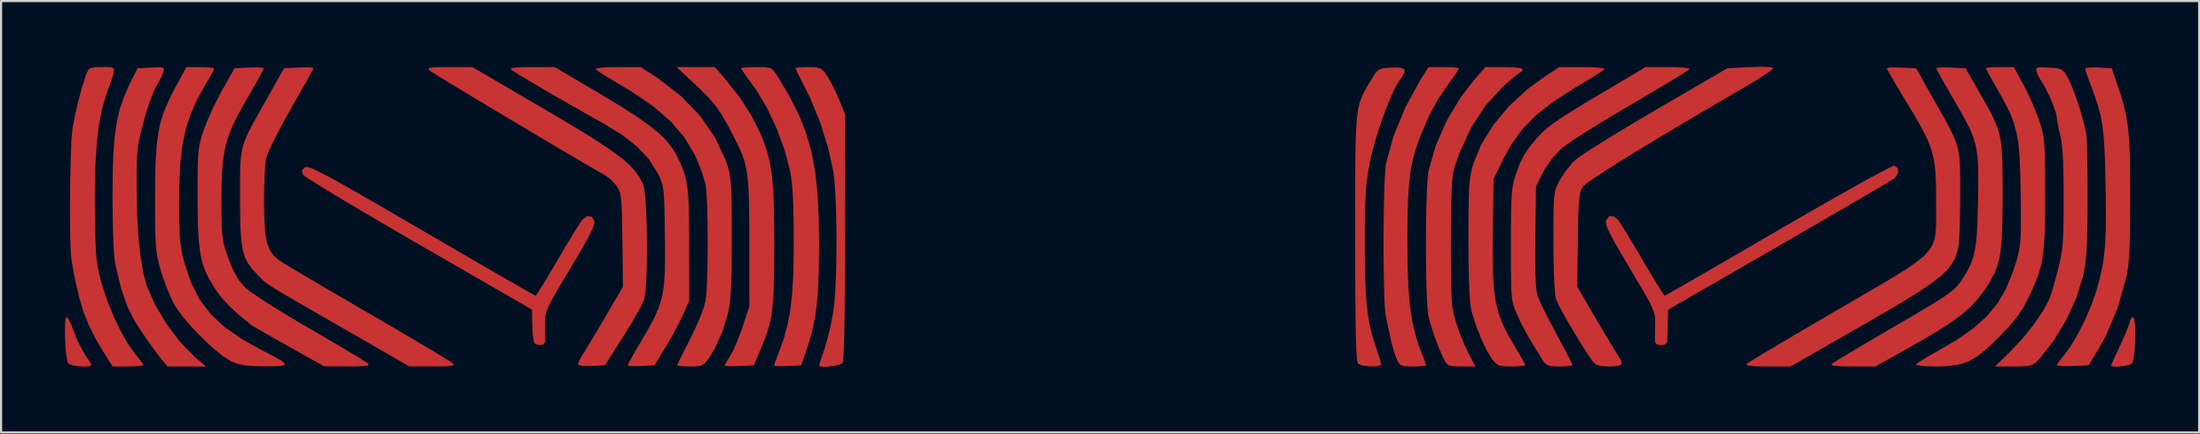
<source format=kicad_pcb>
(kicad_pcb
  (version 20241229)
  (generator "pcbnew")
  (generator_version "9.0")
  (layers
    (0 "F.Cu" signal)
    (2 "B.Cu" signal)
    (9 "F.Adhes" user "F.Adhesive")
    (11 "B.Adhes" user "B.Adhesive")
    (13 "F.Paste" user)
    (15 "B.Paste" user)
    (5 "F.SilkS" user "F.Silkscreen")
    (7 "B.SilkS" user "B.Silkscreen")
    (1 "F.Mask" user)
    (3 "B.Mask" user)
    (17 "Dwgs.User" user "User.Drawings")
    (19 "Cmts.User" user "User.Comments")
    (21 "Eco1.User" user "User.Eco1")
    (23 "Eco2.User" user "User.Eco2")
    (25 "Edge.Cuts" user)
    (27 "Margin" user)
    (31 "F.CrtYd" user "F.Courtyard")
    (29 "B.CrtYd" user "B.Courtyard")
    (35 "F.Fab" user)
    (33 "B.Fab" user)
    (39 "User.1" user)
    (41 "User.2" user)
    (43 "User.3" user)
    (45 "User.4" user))
  (footprint "plate_logo"
    (layer "F.Cu")
    (at 48.605 7.093)
    (property "Reference" "plate_logo" (at -0.127 -3.937 0) (layer "User.1") (effects (font (size 1.524 1.524) (thickness 0.3))))
    (attr board_only exclude_from_pos_files exclude_from_bom)
    (fp_poly (pts (xy -48.436 4.867) (xy -48.313 5.119) (xy -48.207 5.408) (xy -48.03 5.856) (xy -47.807 6.301) (xy -47.68 6.509) (xy -47.498 6.785) (xy -47.382 6.983) (xy -47.362 7.035) (xy -47.457 7.088) (xy -47.691 7.103) (xy -47.985 7.085) (xy -48.258 7.04) (xy -48.433 6.973) (xy -48.449 6.959) (xy -48.506 6.793) (xy -48.553 6.484) (xy -48.586 6.089) (xy -48.604 5.665) (xy -48.605 5.268) (xy -48.587 4.956) (xy -48.548 4.786) (xy -48.526 4.77)) (stroke (width 0) (type solid)) (fill yes) (layer "F.Cu"))
    (fp_poly (pts (xy 48.557 4.87) (xy 48.593 5.134) (xy 48.607 5.505) (xy 48.601 5.926) (xy 48.575 6.34) (xy 48.532 6.69) (xy 48.472 6.919) (xy 48.449 6.959) (xy 48.306 7.027) (xy 48.054 7.079) (xy 47.776 7.107) (xy 47.555 7.101) (xy 47.472 7.059) (xy 47.516 6.947) (xy 47.635 6.682) (xy 47.806 6.308) (xy 47.916 6.072) (xy 48.111 5.639) (xy 48.262 5.268) (xy 48.348 5.014) (xy 48.36 4.947) (xy 48.43 4.793) (xy 48.498 4.769)) (stroke (width 0) (type solid)) (fill yes) (layer "F.Cu"))
    (fp_poly (pts (xy -13.341 -6.977) (xy -13.123 -6.921) (xy -12.962 -6.779) (xy -12.816 -6.571) (xy -12.624 -6.24) (xy -12.41 -5.807) (xy -12.256 -5.455) (xy -11.971 -4.755) (xy -11.977 1.024) (xy -11.98 2.462) (xy -11.987 3.687) (xy -11.997 4.704) (xy -12.012 5.522) (xy -12.03 6.149) (xy -12.052 6.592) (xy -12.079 6.858) (xy -12.105 6.951) (xy -12.248 7.018) (xy -12.507 7.072) (xy -12.803 7.105) (xy -13.058 7.109) (xy -13.193 7.077) (xy -13.199 7.063) (xy -13.166 6.948) (xy -13.079 6.679) (xy -12.955 6.309) (xy -12.937 6.255) (xy -12.792 5.764) (xy -12.65 5.167) (xy -12.537 4.582) (xy -12.522 4.489) (xy -12.463 3.955) (xy -12.419 3.253) (xy -12.391 2.435) (xy -12.378 1.549) (xy -12.379 0.645) (xy -12.397 -0.225) (xy -12.429 -1.013) (xy -12.476 -1.668) (xy -12.523 -2.052) (xy -12.774 -3.206) (xy -13.152 -4.407) (xy -13.622 -5.548) (xy -13.812 -5.934) (xy -14.024 -6.347) (xy -14.191 -6.681) (xy -14.29 -6.891) (xy -14.308 -6.939) (xy -14.208 -6.966) (xy -13.949 -6.983) (xy -13.7 -6.988)) (stroke (width 0) (type solid)) (fill yes) (layer "F.Cu"))
    (fp_poly (pts (xy -17.632 -6.461) (xy -16.952 -5.607) (xy -16.371 -4.707) (xy -15.952 -3.869) (xy -15.763 -3.391) (xy -15.614 -2.931) (xy -15.499 -2.456) (xy -15.415 -1.93) (xy -15.357 -1.32) (xy -15.322 -0.59) (xy -15.304 0.293) (xy -15.299 1.335) (xy -15.302 2.331) (xy -15.315 3.139) (xy -15.341 3.795) (xy -15.385 4.334) (xy -15.451 4.791) (xy -15.544 5.2) (xy -15.668 5.595) (xy -15.827 6.013) (xy -15.906 6.206) (xy -16.256 7.043) (xy -16.946 7.076) (xy -17.304 7.085) (xy -17.553 7.076) (xy -17.636 7.053) (xy -17.579 6.935) (xy -17.437 6.707) (xy -17.374 6.612) (xy -17.219 6.328) (xy -17.035 5.907) (xy -16.851 5.424) (xy -16.791 5.248) (xy -16.471 4.27) (xy -16.472 1.22) (xy -16.474 0.233) (xy -16.484 -0.565) (xy -16.505 -1.206) (xy -16.543 -1.724) (xy -16.602 -2.151) (xy -16.687 -2.52) (xy -16.803 -2.864) (xy -16.955 -3.215) (xy -17.146 -3.606) (xy -17.174 -3.66) (xy -17.5 -4.287) (xy -17.778 -4.768) (xy -18.048 -5.16) (xy -18.351 -5.518) (xy -18.729 -5.901) (xy -18.955 -6.116) (xy -19.887 -6.988) (xy -18.098 -6.988)) (stroke (width 0) (type solid)) (fill yes) (layer "F.Cu"))
    (fp_poly (pts (xy -15.75 -6.983) (xy -15.512 -6.946) (xy -15.355 -6.848) (xy -15.211 -6.655) (xy -15.139 -6.543) (xy -14.6 -5.638) (xy -14.164 -4.781) (xy -13.823 -3.933) (xy -13.566 -3.055) (xy -13.385 -2.109) (xy -13.269 -1.055) (xy -13.209 0.145) (xy -13.194 1.331) (xy -13.205 2.43) (xy -13.237 3.348) (xy -13.296 4.122) (xy -13.386 4.791) (xy -13.51 5.396) (xy -13.674 5.974) (xy -13.72 6.114) (xy -14.031 7.043) (xy -14.669 7.076) (xy -15.011 7.085) (xy -15.243 7.074) (xy -15.307 7.053) (xy -15.269 6.927) (xy -15.172 6.66) (xy -15.078 6.415) (xy -14.851 5.78) (xy -14.676 5.135) (xy -14.547 4.443) (xy -14.459 3.664) (xy -14.407 2.758) (xy -14.385 1.685) (xy -14.384 1.22) (xy -14.39 0.253) (xy -14.408 -0.526) (xy -14.439 -1.149) (xy -14.486 -1.652) (xy -14.549 -2.065) (xy -14.564 -2.138) (xy -14.82 -3.099) (xy -15.183 -4.087) (xy -15.621 -5.026) (xy -16.102 -5.841) (xy -16.244 -6.043) (xy -16.512 -6.411) (xy -16.721 -6.708) (xy -16.841 -6.893) (xy -16.859 -6.931) (xy -16.758 -6.96) (xy -16.494 -6.98) (xy -16.14 -6.988)) (stroke (width 0) (type solid)) (fill yes) (layer "F.Cu"))
    (fp_poly (pts (xy -44.007 -6.962) (xy -43.952 -6.895) (xy -43.981 -6.76) (xy -43.985 -6.744) (xy -44.097 -6.487) (xy -44.272 -6.165) (xy -44.324 -6.081) (xy -44.457 -5.807) (xy -44.619 -5.38) (xy -44.788 -4.863) (xy -44.915 -4.417) (xy -45.038 -3.941) (xy -45.126 -3.546) (xy -45.185 -3.177) (xy -45.221 -2.78) (xy -45.238 -2.302) (xy -45.243 -1.69) (xy -45.241 -1.22) (xy -45.215 -0.026) (xy -45.15 1.058) (xy -45.047 2.004) (xy -44.91 2.782) (xy -44.764 3.304) (xy -44.367 4.206) (xy -43.831 5.107) (xy -43.207 5.933) (xy -42.558 6.599) (xy -41.986 7.099) (xy -43.797 7.099) (xy -44.175 6.627) (xy -44.605 6.052) (xy -45.073 5.362) (xy -45.344 4.936) (xy -45.673 4.282) (xy -45.96 3.449) (xy -46.211 2.42) (xy -46.263 2.163) (xy -46.294 1.891) (xy -46.322 1.438) (xy -46.344 0.844) (xy -46.361 0.148) (xy -46.37 -0.608) (xy -46.371 -0.967) (xy -46.361 -2.073) (xy -46.328 -2.994) (xy -46.266 -3.765) (xy -46.169 -4.425) (xy -46.032 -5.008) (xy -45.849 -5.55) (xy -45.614 -6.089) (xy -45.555 -6.211) (xy -45.199 -6.932) (xy -44.552 -6.966) (xy -44.192 -6.98)) (stroke (width 0) (type solid)) (fill yes) (layer "F.Cu"))
    (fp_poly (pts (xy 46.876 -6.966) (xy 47.499 -6.932) (xy 47.748 -6.211) (xy 47.926 -5.677) (xy 48.066 -5.196) (xy 48.174 -4.732) (xy 48.252 -4.248) (xy 48.307 -3.707) (xy 48.341 -3.071) (xy 48.36 -2.304) (xy 48.367 -1.369) (xy 48.367 -0.887) (xy 48.364 0.092) (xy 48.355 0.881) (xy 48.337 1.509) (xy 48.309 2.008) (xy 48.271 2.409) (xy 48.219 2.741) (xy 48.185 2.908) (xy 47.772 4.362) (xy 47.229 5.648) (xy 46.925 6.198) (xy 46.419 7.043) (xy 45.67 7.076) (xy 45.295 7.083) (xy 45.027 7.07) (xy 44.921 7.039) (xy 44.921 7.038) (xy 44.988 6.921) (xy 45.158 6.697) (xy 45.295 6.531) (xy 45.605 6.1) (xy 45.941 5.521) (xy 46.27 4.857) (xy 46.561 4.175) (xy 46.782 3.539) (xy 46.795 3.494) (xy 46.941 2.954) (xy 47.053 2.453) (xy 47.134 1.951) (xy 47.188 1.408) (xy 47.218 0.784) (xy 47.229 0.039) (xy 47.222 -0.868) (xy 47.214 -1.386) (xy 47.193 -2.337) (xy 47.164 -3.107) (xy 47.122 -3.737) (xy 47.059 -4.268) (xy 46.97 -4.741) (xy 46.849 -5.197) (xy 46.689 -5.678) (xy 46.489 -6.211) (xy 46.362 -6.554) (xy 46.276 -6.811) (xy 46.252 -6.91) (xy 46.353 -6.953) (xy 46.611 -6.971)) (stroke (width 0) (type solid)) (fill yes) (layer "F.Cu"))
    (fp_poly (pts (xy -46.392 -6.974) (xy -46.306 -6.904) (xy -46.309 -6.744) (xy -46.393 -6.459) (xy -46.553 -6.014) (xy -46.642 -5.768) (xy -46.843 -5.104) (xy -46.997 -4.348) (xy -47.107 -3.473) (xy -47.174 -2.452) (xy -47.203 -1.26) (xy -47.2 -0.222) (xy -47.189 0.588) (xy -47.173 1.217) (xy -47.15 1.708) (xy -47.115 2.104) (xy -47.064 2.445) (xy -46.994 2.774) (xy -46.9 3.132) (xy -46.877 3.217) (xy -46.622 3.999) (xy -46.301 4.788) (xy -45.943 5.525) (xy -45.576 6.15) (xy -45.295 6.531) (xy -45.083 6.79) (xy -44.948 6.978) (xy -44.921 7.033) (xy -45.023 7.066) (xy -45.287 7.09) (xy -45.644 7.099) (xy -46.366 7.099) (xy -46.737 6.516) (xy -47.149 5.829) (xy -47.478 5.175) (xy -47.743 4.5) (xy -47.963 3.75) (xy -48.157 2.873) (xy -48.299 2.084) (xy -48.328 1.787) (xy -48.348 1.311) (xy -48.361 0.696) (xy -48.367 -0.015) (xy -48.366 -0.779) (xy -48.358 -1.557) (xy -48.344 -2.304) (xy -48.324 -2.98) (xy -48.299 -3.543) (xy -48.268 -3.951) (xy -48.256 -4.048) (xy -48.146 -4.655) (xy -47.99 -5.344) (xy -47.809 -6.02) (xy -47.628 -6.591) (xy -47.592 -6.688) (xy -47.508 -6.859) (xy -47.379 -6.949) (xy -47.143 -6.983) (xy -46.852 -6.988) (xy -46.572 -6.99)) (stroke (width 0) (type solid)) (fill yes) (layer "F.Cu"))
    (fp_poly (pts (xy 16.507 -6.98) (xy 16.766 -6.96) (xy 16.859 -6.933) (xy 16.798 -6.823) (xy 16.636 -6.584) (xy 16.405 -6.261) (xy 16.348 -6.184) (xy 15.837 -5.425) (xy 15.414 -4.637) (xy 15.03 -3.728) (xy 15.005 -3.664) (xy 14.828 -3.156) (xy 14.689 -2.659) (xy 14.585 -2.135) (xy 14.512 -1.548) (xy 14.464 -0.86) (xy 14.438 -0.033) (xy 14.428 0.97) (xy 14.428 1.219) (xy 14.439 2.376) (xy 14.476 3.349) (xy 14.542 4.173) (xy 14.642 4.883) (xy 14.781 5.517) (xy 14.963 6.109) (xy 15.078 6.415) (xy 15.203 6.741) (xy 15.286 6.974) (xy 15.307 7.047) (xy 15.206 7.075) (xy 14.947 7.094) (xy 14.691 7.099) (xy 14.336 7.091) (xy 14.133 7.044) (xy 14.013 6.924) (xy 13.91 6.704) (xy 13.788 6.353) (xy 13.67 5.92) (xy 13.628 5.734) (xy 13.537 5.296) (xy 13.445 4.863) (xy 13.413 4.714) (xy 13.38 4.443) (xy 13.353 3.987) (xy 13.333 3.384) (xy 13.319 2.672) (xy 13.312 1.888) (xy 13.311 1.068) (xy 13.316 0.252) (xy 13.328 -0.524) (xy 13.345 -1.223) (xy 13.369 -1.807) (xy 13.398 -2.239) (xy 13.425 -2.446) (xy 13.779 -3.735) (xy 14.317 -5.053) (xy 15.016 -6.346) (xy 15.122 -6.516) (xy 15.42 -6.988) (xy 16.14 -6.988)) (stroke (width 0) (type solid)) (fill yes) (layer "F.Cu"))
    (fp_poly (pts (xy 19.412 -6.975) (xy 19.718 -6.939) (xy 19.852 -6.886) (xy 19.854 -6.877) (xy 19.787 -6.769) (xy 19.767 -6.766) (xy 19.652 -6.696) (xy 19.415 -6.507) (xy 19.098 -6.233) (xy 18.902 -6.057) (xy 18.096 -5.177) (xy 17.411 -4.122) (xy 16.857 -2.913) (xy 16.622 -2.218) (xy 16.571 -1.98) (xy 16.532 -1.624) (xy 16.504 -1.13) (xy 16.485 -0.476) (xy 16.475 0.359) (xy 16.472 1.276) (xy 16.473 2.18) (xy 16.478 2.895) (xy 16.488 3.452) (xy 16.506 3.883) (xy 16.534 4.219) (xy 16.574 4.494) (xy 16.628 4.738) (xy 16.698 4.983) (xy 16.725 5.069) (xy 16.903 5.575) (xy 17.119 6.1) (xy 17.3 6.483) (xy 17.624 7.099) (xy 16.967 7.099) (xy 16.593 7.09) (xy 16.375 7.046) (xy 16.246 6.943) (xy 16.159 6.794) (xy 15.913 6.24) (xy 15.677 5.61) (xy 15.487 5.01) (xy 15.417 4.727) (xy 15.378 4.427) (xy 15.347 3.945) (xy 15.324 3.32) (xy 15.309 2.592) (xy 15.301 1.8) (xy 15.302 0.984) (xy 15.309 0.184) (xy 15.325 -0.562) (xy 15.347 -1.213) (xy 15.378 -1.73) (xy 15.416 -2.074) (xy 15.423 -2.111) (xy 15.76 -3.289) (xy 16.277 -4.467) (xy 16.941 -5.578) (xy 17.629 -6.461) (xy 18.098 -6.988) (xy 18.976 -6.988)) (stroke (width 0) (type solid)) (fill yes) (layer "F.Cu"))
    (fp_poly (pts (xy 23.108 -6.979) (xy 23.458 -6.954) (xy 23.659 -6.919) (xy 23.689 -6.89) (xy 23.576 -6.801) (xy 23.307 -6.625) (xy 22.921 -6.385) (xy 22.453 -6.105) (xy 22.327 -6.031) (xy 21.319 -5.39) (xy 20.5 -4.75) (xy 19.84 -4.083) (xy 19.31 -3.357) (xy 18.959 -2.717) (xy 18.477 -1.719) (xy 18.44 0.832) (xy 18.433 1.871) (xy 18.448 2.725) (xy 18.492 3.432) (xy 18.573 4.028) (xy 18.698 4.549) (xy 18.872 5.033) (xy 19.104 5.516) (xy 19.399 6.035) (xy 19.418 6.066) (xy 19.653 6.463) (xy 19.838 6.786) (xy 19.947 6.99) (xy 19.965 7.036) (xy 19.864 7.069) (xy 19.603 7.092) (xy 19.313 7.099) (xy 18.936 7.089) (xy 18.703 7.038) (xy 18.537 6.916) (xy 18.393 6.738) (xy 18.163 6.359) (xy 17.916 5.838) (xy 17.681 5.248) (xy 17.489 4.664) (xy 17.42 4.397) (xy 17.378 4.099) (xy 17.344 3.607) (xy 17.318 2.945) (xy 17.302 2.142) (xy 17.295 1.223) (xy 17.295 1.093) (xy 17.297 0.211) (xy 17.304 -0.481) (xy 17.318 -1.02) (xy 17.341 -1.438) (xy 17.375 -1.769) (xy 17.423 -2.047) (xy 17.486 -2.306) (xy 17.522 -2.432) (xy 17.901 -3.358) (xy 18.473 -4.277) (xy 19.21 -5.156) (xy 20.086 -5.961) (xy 20.79 -6.477) (xy 21.559 -6.988) (xy 22.654 -6.988)) (stroke (width 0) (type solid)) (fill yes) (layer "F.Cu"))
    (fp_poly (pts (xy 14.082 -6.963) (xy 14.283 -6.891) (xy 14.295 -6.73) (xy 14.132 -6.462) (xy 14.086 -6.402) (xy 13.883 -6.073) (xy 13.649 -5.577) (xy 13.401 -4.965) (xy 13.158 -4.286) (xy 12.936 -3.589) (xy 12.756 -2.925) (xy 12.66 -2.486) (xy 12.58 -2.031) (xy 12.52 -1.587) (xy 12.478 -1.112) (xy 12.451 -0.562) (xy 12.436 0.108) (xy 12.43 0.94) (xy 12.43 1.276) (xy 12.436 2.332) (xy 12.457 3.204) (xy 12.495 3.927) (xy 12.556 4.537) (xy 12.642 5.071) (xy 12.758 5.565) (xy 12.907 6.056) (xy 12.932 6.13) (xy 13.061 6.522) (xy 13.156 6.831) (xy 13.198 6.998) (xy 13.199 7.007) (xy 13.103 7.071) (xy 12.869 7.097) (xy 12.574 7.087) (xy 12.298 7.045) (xy 12.12 6.973) (xy 12.112 6.966) (xy 12.081 6.877) (xy 12.054 6.67) (xy 12.032 6.332) (xy 12.014 5.849) (xy 12.001 5.208) (xy 11.99 4.396) (xy 11.984 3.4) (xy 11.98 2.207) (xy 11.979 1.036) (xy 11.979 -0.282) (xy 11.98 -1.399) (xy 11.984 -2.335) (xy 11.992 -3.11) (xy 12.009 -3.745) (xy 12.034 -4.261) (xy 12.07 -4.677) (xy 12.12 -5.015) (xy 12.185 -5.295) (xy 12.268 -5.537) (xy 12.37 -5.762) (xy 12.494 -5.989) (xy 12.641 -6.241) (xy 12.723 -6.38) (xy 12.915 -6.691) (xy 13.074 -6.859) (xy 13.282 -6.933) (xy 13.617 -6.962) (xy 13.678 -6.966)) (stroke (width 0) (type solid)) (fill yes) (layer "F.Cu"))
    (fp_poly (pts (xy -41.902 -6.977) (xy -41.664 -6.95) (xy -41.594 -6.919) (xy -41.647 -6.796) (xy -41.788 -6.541) (xy -41.982 -6.211) (xy -42.378 -5.507) (xy -42.688 -4.825) (xy -42.919 -4.124) (xy -43.082 -3.363) (xy -43.185 -2.501) (xy -43.238 -1.498) (xy -43.248 -0.412) (xy -43.24 0.32) (xy -43.218 0.887) (xy -43.177 1.342) (xy -43.113 1.742) (xy -43.019 2.142) (xy -42.99 2.25) (xy -42.679 3.166) (xy -42.277 3.954) (xy -41.755 4.642) (xy -41.089 5.261) (xy -40.252 5.839) (xy -39.32 6.354) (xy -38.775 6.635) (xy -38.427 6.834) (xy -38.274 6.965) (xy -38.315 7.042) (xy -38.547 7.079) (xy -38.968 7.089) (xy -39.209 7.09) (xy -39.776 7.079) (xy -40.185 7.044) (xy -40.502 6.974) (xy -40.791 6.859) (xy -40.817 6.847) (xy -41.186 6.614) (xy -41.638 6.247) (xy -42.128 5.79) (xy -42.612 5.29) (xy -43.042 4.793) (xy -43.374 4.342) (xy -43.466 4.192) (xy -43.67 3.774) (xy -43.885 3.244) (xy -44.07 2.702) (xy -44.099 2.607) (xy -44.191 2.275) (xy -44.26 1.975) (xy -44.309 1.667) (xy -44.342 1.311) (xy -44.362 0.867) (xy -44.371 0.295) (xy -44.374 -0.444) (xy -44.375 -0.753) (xy -44.368 -1.783) (xy -44.345 -2.629) (xy -44.297 -3.33) (xy -44.218 -3.923) (xy -44.101 -4.447) (xy -43.938 -4.94) (xy -43.722 -5.44) (xy -43.447 -5.984) (xy -43.369 -6.128) (xy -42.906 -6.988) (xy -42.25 -6.988)) (stroke (width 0) (type solid)) (fill yes) (layer "F.Cu"))
    (fp_poly (pts (xy -23.425 -5.695) (xy -22.505 -5.139) (xy -21.761 -4.662) (xy -21.17 -4.245) (xy -20.709 -3.87) (xy -20.354 -3.517) (xy -20.083 -3.168) (xy -19.89 -2.839) (xy -19.712 -2.477) (xy -19.573 -2.145) (xy -19.469 -1.81) (xy -19.395 -1.436) (xy -19.345 -0.988) (xy -19.315 -0.431) (xy -19.3 0.271) (xy -19.295 1.151) (xy -19.295 1.364) (xy -19.292 4.003) (xy -19.598 4.691) (xy -19.811 5.128) (xy -20.089 5.648) (xy -20.379 6.147) (xy -20.418 6.211) (xy -20.931 7.043) (xy -21.557 7.076) (xy -21.896 7.084) (xy -22.123 7.069) (xy -22.183 7.043) (xy -22.13 6.927) (xy -21.985 6.661) (xy -21.771 6.285) (xy -21.522 5.858) (xy -21.179 5.267) (xy -20.915 4.767) (xy -20.718 4.315) (xy -20.581 3.869) (xy -20.494 3.386) (xy -20.446 2.822) (xy -20.428 2.135) (xy -20.431 1.283) (xy -20.435 0.991) (xy -20.445 0.206) (xy -20.457 -0.393) (xy -20.475 -0.839) (xy -20.502 -1.168) (xy -20.542 -1.414) (xy -20.599 -1.613) (xy -20.678 -1.799) (xy -20.777 -1.997) (xy -21.185 -2.647) (xy -21.725 -3.235) (xy -22.427 -3.789) (xy -23.293 -4.321) (xy -23.988 -4.711) (xy -24.697 -5.113) (xy -25.39 -5.51) (xy -26.039 -5.887) (xy -26.616 -6.225) (xy -27.093 -6.51) (xy -27.442 -6.725) (xy -27.634 -6.852) (xy -27.657 -6.871) (xy -27.635 -6.929) (xy -27.422 -6.967) (xy -27.006 -6.985) (xy -26.692 -6.988) (xy -25.61 -6.988)) (stroke (width 0) (type solid)) (fill yes) (layer "F.Cu"))
    (fp_poly (pts (xy -20.713 -6.423) (xy -19.671 -5.618) (xy -18.789 -4.698) (xy -18.087 -3.686) (xy -17.581 -2.605) (xy -17.531 -2.462) (xy -17.458 -2.227) (xy -17.402 -1.992) (xy -17.36 -1.724) (xy -17.331 -1.39) (xy -17.312 -0.958) (xy -17.301 -0.395) (xy -17.296 0.332) (xy -17.295 1.032) (xy -17.298 2.008) (xy -17.31 2.792) (xy -17.332 3.412) (xy -17.365 3.9) (xy -17.411 4.283) (xy -17.464 4.564) (xy -17.738 5.467) (xy -18.111 6.286) (xy -18.392 6.738) (xy -18.564 6.949) (xy -18.741 7.057) (xy -19.008 7.095) (xy -19.252 7.099) (xy -19.583 7.089) (xy -19.802 7.065) (xy -19.854 7.043) (xy -19.807 6.928) (xy -19.677 6.656) (xy -19.485 6.268) (xy -19.25 5.804) (xy -19.245 5.795) (xy -18.991 5.266) (xy -18.768 4.747) (xy -18.603 4.302) (xy -18.529 4.032) (xy -18.49 3.695) (xy -18.46 3.185) (xy -18.439 2.546) (xy -18.428 1.827) (xy -18.426 1.075) (xy -18.433 0.335) (xy -18.449 -0.346) (xy -18.474 -0.919) (xy -18.509 -1.34) (xy -18.528 -1.47) (xy -18.63 -1.846) (xy -18.802 -2.323) (xy -19.008 -2.807) (xy -19.039 -2.873) (xy -19.515 -3.674) (xy -20.155 -4.424) (xy -20.976 -5.138) (xy -21.996 -5.834) (xy -22.324 -6.031) (xy -22.806 -6.317) (xy -23.217 -6.569) (xy -23.52 -6.763) (xy -23.677 -6.877) (xy -23.689 -6.89) (xy -23.613 -6.931) (xy -23.358 -6.964) (xy -22.97 -6.984) (xy -22.657 -6.988) (xy -21.565 -6.988)) (stroke (width 0) (type solid)) (fill yes) (layer "F.Cu"))
    (fp_poly (pts (xy 37.456 -2.233) (xy 37.475 -2.023) (xy 37.353 -1.803) (xy 37.313 -1.766) (xy 37.186 -1.684) (xy 36.885 -1.502) (xy 36.428 -1.231) (xy 35.833 -0.881) (xy 35.119 -0.463) (xy 34.304 0.012) (xy 33.407 0.533) (xy 32.444 1.091) (xy 31.906 1.402) (xy 26.676 4.423) (xy 26.655 5.123) (xy 26.643 5.512) (xy 26.633 5.82) (xy 26.627 5.962) (xy 26.527 6.066) (xy 26.343 6.1) (xy 26.131 6.053) (xy 26.057 5.962) (xy 26.054 5.782) (xy 26.057 5.458) (xy 26.062 5.158) (xy 26.064 4.932) (xy 26.049 4.735) (xy 26.003 4.535) (xy 25.911 4.3) (xy 25.761 3.999) (xy 25.536 3.599) (xy 25.224 3.068) (xy 24.873 2.478) (xy 24.453 1.769) (xy 24.142 1.223) (xy 23.928 0.818) (xy 23.8 0.532) (xy 23.747 0.342) (xy 23.754 0.232) (xy 23.906 0.033) (xy 24.118 0.036) (xy 24.313 0.194) (xy 24.423 0.351) (xy 24.621 0.664) (xy 24.886 1.099) (xy 25.197 1.619) (xy 25.467 2.08) (xy 25.788 2.626) (xy 26.072 3.098) (xy 26.3 3.467) (xy 26.452 3.701) (xy 26.509 3.77) (xy 26.612 3.716) (xy 26.89 3.559) (xy 27.324 3.311) (xy 27.896 2.981) (xy 28.591 2.58) (xy 29.389 2.117) (xy 30.273 1.603) (xy 31.226 1.047) (xy 31.836 0.691) (xy 32.827 0.116) (xy 33.764 -0.424) (xy 34.629 -0.917) (xy 35.404 -1.354) (xy 36.071 -1.724) (xy 36.612 -2.017) (xy 37.009 -2.224) (xy 37.244 -2.334) (xy 37.299 -2.35)) (stroke (width 0) (type solid)) (fill yes) (layer "F.Cu"))
    (fp_poly (pts (xy -37.191 -2.279) (xy -37.041 -2.232) (xy -36.823 -2.137) (xy -36.523 -1.988) (xy -36.125 -1.776) (xy -35.615 -1.493) (xy -34.977 -1.131) (xy -34.197 -0.682) (xy -33.26 -0.138) (xy -32.15 0.508) (xy -31.858 0.678) (xy -30.87 1.255) (xy -29.939 1.797) (xy -29.084 2.294) (xy -28.321 2.736) (xy -27.67 3.112) (xy -27.146 3.413) (xy -26.768 3.629) (xy -26.553 3.748) (xy -26.509 3.77) (xy -26.437 3.68) (xy -26.275 3.427) (xy -26.039 3.044) (xy -25.749 2.56) (xy -25.467 2.08) (xy -25.136 1.516) (xy -24.832 1.009) (xy -24.578 0.595) (xy -24.395 0.308) (xy -24.313 0.194) (xy -24.078 0.021) (xy -23.874 0.053) (xy -23.754 0.234) (xy -23.747 0.355) (xy -23.804 0.548) (xy -23.935 0.837) (xy -24.153 1.245) (xy -24.468 1.794) (xy -24.873 2.476) (xy -25.273 3.144) (xy -25.573 3.655) (xy -25.787 4.038) (xy -25.929 4.328) (xy -26.013 4.555) (xy -26.054 4.752) (xy -26.066 4.951) (xy -26.064 5.154) (xy -26.057 5.535) (xy -26.055 5.835) (xy -26.057 5.962) (xy -26.151 6.072) (xy -26.344 6.095) (xy -26.527 6.027) (xy -26.572 5.977) (xy -26.614 5.808) (xy -26.647 5.49) (xy -26.662 5.139) (xy -26.676 4.424) (xy -31.988 1.352) (xy -32.984 0.774) (xy -33.924 0.225) (xy -34.789 -0.286) (xy -35.562 -0.747) (xy -36.225 -1.147) (xy -36.76 -1.476) (xy -37.149 -1.722) (xy -37.374 -1.876) (xy -37.423 -1.92) (xy -37.48 -2.111) (xy -37.349 -2.267) (xy -37.289 -2.288)) (stroke (width 0) (type solid)) (fill yes) (layer "F.Cu"))
    (fp_poly (pts (xy 37.626 -6.965) (xy 38.316 -6.932) (xy 39.129 -5.49) (xy 39.524 -4.79) (xy 39.826 -4.24) (xy 40.047 -3.797) (xy 40.201 -3.417) (xy 40.299 -3.055) (xy 40.354 -2.668) (xy 40.378 -2.21) (xy 40.384 -1.639) (xy 40.384 -1.041) (xy 40.381 -0.361) (xy 40.37 0.271) (xy 40.353 0.81) (xy 40.331 1.21) (xy 40.31 1.407) (xy 40.238 1.728) (xy 40.136 2.018) (xy 39.984 2.292) (xy 39.766 2.565) (xy 39.464 2.852) (xy 39.06 3.167) (xy 38.537 3.524) (xy 37.876 3.939) (xy 37.061 4.426) (xy 36.074 5) (xy 35.751 5.185) (xy 32.418 7.099) (xy 31.327 7.099) (xy 30.807 7.091) (xy 30.488 7.068) (xy 30.351 7.026) (xy 30.358 6.976) (xy 30.477 6.896) (xy 30.768 6.716) (xy 31.21 6.449) (xy 31.782 6.107) (xy 32.465 5.702) (xy 33.239 5.246) (xy 34.082 4.751) (xy 34.623 4.435) (xy 35.678 3.821) (xy 36.559 3.307) (xy 37.283 2.876) (xy 37.865 2.512) (xy 38.32 2.198) (xy 38.663 1.917) (xy 38.911 1.653) (xy 39.079 1.387) (xy 39.182 1.105) (xy 39.236 0.789) (xy 39.255 0.421) (xy 39.257 -0.013) (xy 39.255 -0.532) (xy 39.255 -0.582) (xy 39.253 -1.398) (xy 39.225 -2.055) (xy 39.158 -2.605) (xy 39.036 -3.101) (xy 38.845 -3.597) (xy 38.569 -4.143) (xy 38.193 -4.795) (xy 37.951 -5.196) (xy 37.623 -5.741) (xy 37.338 -6.218) (xy 37.117 -6.598) (xy 36.977 -6.847) (xy 36.935 -6.934) (xy 37.036 -6.962) (xy 37.299 -6.973)) (stroke (width 0) (type solid)) (fill yes) (layer "F.Cu"))
    (fp_poly (pts (xy 43.371 -6.128) (xy 43.633 -5.602) (xy 43.89 -5.018) (xy 44.09 -4.494) (xy 44.105 -4.45) (xy 44.191 -4.177) (xy 44.256 -3.925) (xy 44.304 -3.658) (xy 44.337 -3.342) (xy 44.358 -2.94) (xy 44.369 -2.418) (xy 44.374 -1.74) (xy 44.375 -1.007) (xy 44.372 -0.043) (xy 44.357 0.736) (xy 44.324 1.369) (xy 44.267 1.894) (xy 44.181 2.349) (xy 44.058 2.772) (xy 43.894 3.2) (xy 43.682 3.671) (xy 43.604 3.837) (xy 43.341 4.335) (xy 43.045 4.778) (xy 42.665 5.234) (xy 42.245 5.675) (xy 41.689 6.215) (xy 41.215 6.601) (xy 40.775 6.859) (xy 40.318 7.011) (xy 39.793 7.083) (xy 39.259 7.099) (xy 38.807 7.088) (xy 38.482 7.061) (xy 38.323 7.019) (xy 38.316 6.998) (xy 38.436 6.902) (xy 38.703 6.732) (xy 39.069 6.52) (xy 39.237 6.426) (xy 40.212 5.857) (xy 41.001 5.308) (xy 41.631 4.746) (xy 42.131 4.14) (xy 42.531 3.455) (xy 42.859 2.66) (xy 43.025 2.146) (xy 43.103 1.865) (xy 43.161 1.596) (xy 43.201 1.303) (xy 43.225 0.947) (xy 43.236 0.49) (xy 43.236 -0.105) (xy 43.228 -0.875) (xy 43.225 -1.07) (xy 43.207 -2.006) (xy 43.175 -2.761) (xy 43.12 -3.379) (xy 43.033 -3.9) (xy 42.906 -4.366) (xy 42.728 -4.819) (xy 42.49 -5.301) (xy 42.183 -5.853) (xy 42.152 -5.908) (xy 41.918 -6.32) (xy 41.732 -6.658) (xy 41.618 -6.876) (xy 41.594 -6.934) (xy 41.695 -6.962) (xy 41.956 -6.982) (xy 42.25 -6.988) (xy 42.906 -6.988)) (stroke (width 0) (type solid)) (fill yes) (layer "F.Cu"))
    (fp_poly (pts (xy 44.516 -6.968) (xy 44.549 -6.966) (xy 44.916 -6.938) (xy 45.137 -6.877) (xy 45.286 -6.742) (xy 45.439 -6.493) (xy 45.441 -6.489) (xy 45.612 -6.122) (xy 45.806 -5.612) (xy 45.999 -5.033) (xy 46.166 -4.46) (xy 46.284 -3.965) (xy 46.304 -3.856) (xy 46.323 -3.629) (xy 46.34 -3.218) (xy 46.353 -2.658) (xy 46.362 -1.986) (xy 46.367 -1.238) (xy 46.367 -0.75) (xy 46.362 0.161) (xy 46.351 0.887) (xy 46.33 1.463) (xy 46.299 1.927) (xy 46.254 2.316) (xy 46.194 2.664) (xy 46.153 2.855) (xy 45.838 3.866) (xy 45.368 4.899) (xy 44.783 5.875) (xy 44.124 6.714) (xy 44.102 6.738) (xy 43.923 6.919) (xy 43.757 7.026) (xy 43.54 7.079) (xy 43.207 7.097) (xy 42.895 7.099) (xy 42.02 7.099) (xy 42.783 6.35) (xy 43.339 5.755) (xy 43.852 5.111) (xy 44.279 4.481) (xy 44.564 3.945) (xy 44.653 3.696) (xy 44.774 3.297) (xy 44.908 2.817) (xy 44.975 2.557) (xy 45.068 2.174) (xy 45.136 1.826) (xy 45.185 1.469) (xy 45.216 1.061) (xy 45.234 0.558) (xy 45.243 -0.084) (xy 45.245 -0.841) (xy 45.239 -1.778) (xy 45.22 -2.518) (xy 45.187 -3.089) (xy 45.139 -3.514) (xy 45.084 -3.779) (xy 44.994 -4.162) (xy 44.935 -4.491) (xy 44.923 -4.628) (xy 44.874 -4.86) (xy 44.748 -5.213) (xy 44.579 -5.616) (xy 44.395 -5.994) (xy 44.23 -6.276) (xy 44.195 -6.322) (xy 44.053 -6.564) (xy 43.982 -6.744) (xy 43.951 -6.886) (xy 43.998 -6.959) (xy 44.171 -6.98)) (stroke (width 0) (type solid)) (fill yes) (layer "F.Cu"))
    (fp_poly (pts (xy 39.952 -6.965) (xy 40.639 -6.932) (xy 41.335 -5.712) (xy 41.648 -5.158) (xy 41.891 -4.702) (xy 42.073 -4.303) (xy 42.203 -3.92) (xy 42.29 -3.514) (xy 42.342 -3.044) (xy 42.368 -2.469) (xy 42.378 -1.751) (xy 42.379 -0.929) (xy 42.373 0.03) (xy 42.353 0.803) (xy 42.311 1.424) (xy 42.241 1.929) (xy 42.135 2.353) (xy 41.987 2.731) (xy 41.79 3.098) (xy 41.537 3.489) (xy 41.509 3.53) (xy 41.195 3.944) (xy 40.834 4.327) (xy 40.395 4.704) (xy 39.847 5.098) (xy 39.161 5.531) (xy 38.307 6.029) (xy 38.19 6.094) (xy 36.405 7.099) (xy 35.317 7.099) (xy 34.77 7.089) (xy 34.441 7.059) (xy 34.33 7.008) (xy 34.341 6.987) (xy 34.462 6.905) (xy 34.75 6.726) (xy 35.18 6.466) (xy 35.727 6.14) (xy 36.367 5.762) (xy 37.073 5.349) (xy 37.268 5.235) (xy 38.083 4.759) (xy 38.728 4.377) (xy 39.229 4.073) (xy 39.608 3.83) (xy 39.889 3.632) (xy 40.096 3.462) (xy 40.253 3.303) (xy 40.382 3.139) (xy 40.485 2.989) (xy 40.708 2.632) (xy 40.879 2.294) (xy 41.005 1.937) (xy 41.095 1.523) (xy 41.156 1.014) (xy 41.194 0.373) (xy 41.218 -0.439) (xy 41.225 -0.776) (xy 41.236 -1.619) (xy 41.23 -2.287) (xy 41.196 -2.828) (xy 41.12 -3.29) (xy 40.993 -3.719) (xy 40.802 -4.163) (xy 40.536 -4.67) (xy 40.183 -5.286) (xy 40.085 -5.454) (xy 39.796 -5.955) (xy 39.551 -6.387) (xy 39.371 -6.714) (xy 39.275 -6.901) (xy 39.265 -6.929) (xy 39.365 -6.96) (xy 39.628 -6.973)) (stroke (width 0) (type solid)) (fill yes) (layer "F.Cu"))
    (fp_poly (pts (xy -26.137 -5.033) (xy -25.08 -4.41) (xy -24.2 -3.877) (xy -23.48 -3.421) (xy -22.901 -3.027) (xy -22.444 -2.683) (xy -22.091 -2.373) (xy -21.825 -2.085) (xy -21.627 -1.804) (xy -21.478 -1.516) (xy -21.457 -1.467) (xy -21.399 -1.212) (xy -21.352 -0.779) (xy -21.316 -0.21) (xy -21.292 0.451) (xy -21.279 1.16) (xy -21.279 1.876) (xy -21.291 2.554) (xy -21.316 3.152) (xy -21.354 3.626) (xy -21.406 3.933) (xy -21.414 3.958) (xy -21.519 4.191) (xy -21.72 4.564) (xy -21.99 5.031) (xy -22.303 5.544) (xy -22.397 5.694) (xy -23.253 7.043) (xy -23.883 7.076) (xy -24.294 7.077) (xy -24.493 7.022) (xy -24.513 6.983) (xy -24.454 6.808) (xy -24.314 6.565) (xy -24.311 6.561) (xy -24.184 6.363) (xy -23.972 6.015) (xy -23.7 5.559) (xy -23.392 5.039) (xy -23.256 4.806) (xy -22.403 3.346) (xy -22.432 1.146) (xy -22.443 0.39) (xy -22.456 -0.177) (xy -22.476 -0.59) (xy -22.505 -0.882) (xy -22.547 -1.087) (xy -22.607 -1.239) (xy -22.687 -1.371) (xy -22.713 -1.407) (xy -22.963 -1.687) (xy -23.239 -1.901) (xy -23.268 -1.916) (xy -23.477 -2.032) (xy -23.841 -2.241) (xy -24.335 -2.529) (xy -24.934 -2.881) (xy -25.614 -3.283) (xy -26.35 -3.721) (xy -27.119 -4.179) (xy -27.895 -4.643) (xy -28.654 -5.098) (xy -29.372 -5.53) (xy -30.025 -5.924) (xy -30.588 -6.266) (xy -31.036 -6.54) (xy -31.345 -6.734) (xy -31.491 -6.83) (xy -31.496 -6.835) (xy -31.543 -6.905) (xy -31.481 -6.95) (xy -31.279 -6.976) (xy -30.907 -6.986) (xy -30.57 -6.988) (xy -29.48 -6.988)) (stroke (width 0) (type solid)) (fill yes) (layer "F.Cu"))
    (fp_poly (pts (xy 31.434 -6.991) (xy 31.598 -6.95) (xy 31.606 -6.932) (xy 31.513 -6.84) (xy 31.261 -6.661) (xy 30.884 -6.418) (xy 30.416 -6.133) (xy 30.192 -6.001) (xy 28.782 -5.177) (xy 27.496 -4.418) (xy 26.342 -3.729) (xy 25.328 -3.115) (xy 24.464 -2.583) (xy 23.758 -2.136) (xy 23.219 -1.781) (xy 22.854 -1.523) (xy 22.674 -1.367) (xy 22.665 -1.355) (xy 22.593 -1.226) (xy 22.54 -1.058) (xy 22.5 -0.817) (xy 22.472 -0.472) (xy 22.453 0.011) (xy 22.439 0.663) (xy 22.432 1.146) (xy 22.403 3.346) (xy 23.256 4.806) (xy 23.57 5.341) (xy 23.861 5.829) (xy 24.102 6.229) (xy 24.269 6.497) (xy 24.311 6.561) (xy 24.473 6.837) (xy 24.478 6.999) (xy 24.306 7.078) (xy 23.936 7.099) (xy 23.908 7.099) (xy 23.529 7.082) (xy 23.299 7.016) (xy 23.144 6.877) (xy 23.123 6.849) (xy 22.887 6.503) (xy 22.602 6.057) (xy 22.296 5.557) (xy 21.997 5.051) (xy 21.732 4.586) (xy 21.529 4.208) (xy 21.416 3.965) (xy 21.411 3.949) (xy 21.366 3.694) (xy 21.33 3.242) (xy 21.304 2.617) (xy 21.29 1.843) (xy 21.287 1.226) (xy 21.288 0.447) (xy 21.292 -0.144) (xy 21.304 -0.583) (xy 21.326 -0.902) (xy 21.363 -1.137) (xy 21.417 -1.323) (xy 21.493 -1.492) (xy 21.58 -1.657) (xy 21.837 -2.058) (xy 22.147 -2.45) (xy 22.278 -2.589) (xy 22.468 -2.737) (xy 22.826 -2.979) (xy 23.325 -3.3) (xy 23.94 -3.684) (xy 24.647 -4.114) (xy 25.42 -4.576) (xy 26.066 -4.956) (xy 29.448 -6.93) (xy 30.53 -6.987) (xy 31.072 -7.004)) (stroke (width 0) (type solid)) (fill yes) (layer "F.Cu"))
    (fp_poly (pts (xy -39.346 -6.958) (xy -39.265 -6.929) (xy -39.318 -6.814) (xy -39.464 -6.543) (xy -39.684 -6.151) (xy -39.958 -5.673) (xy -40.107 -5.416) (xy -40.481 -4.751) (xy -40.766 -4.166) (xy -40.974 -3.615) (xy -41.116 -3.048) (xy -41.203 -2.419) (xy -41.247 -1.677) (xy -41.259 -0.776) (xy -41.258 -0.499) (xy -41.252 0.157) (xy -41.236 0.645) (xy -41.205 1.019) (xy -41.151 1.331) (xy -41.065 1.635) (xy -40.942 1.986) (xy -40.91 2.073) (xy -40.677 2.631) (xy -40.439 3.04) (xy -40.153 3.372) (xy -40.102 3.421) (xy -39.878 3.597) (xy -39.493 3.861) (xy -38.978 4.193) (xy -38.365 4.574) (xy -37.686 4.983) (xy -37.092 5.331) (xy -36.405 5.73) (xy -35.776 6.1) (xy -35.232 6.423) (xy -34.801 6.684) (xy -34.51 6.866) (xy -34.388 6.95) (xy -34.344 7.018) (xy -34.412 7.061) (xy -34.621 7.085) (xy -35.002 7.094) (xy -35.331 7.095) (xy -36.436 7.09) (xy -38.1 6.158) (xy -38.653 5.846) (xy -39.142 5.568) (xy -39.532 5.343) (xy -39.789 5.191) (xy -39.875 5.136) (xy -40.449 4.659) (xy -40.883 4.261) (xy -41.217 3.899) (xy -41.497 3.528) (xy -41.575 3.412) (xy -41.822 3.005) (xy -42.014 2.613) (xy -42.157 2.199) (xy -42.258 1.726) (xy -42.323 1.159) (xy -42.361 0.461) (xy -42.376 -0.405) (xy -42.378 -0.888) (xy -42.377 -1.666) (xy -42.371 -2.261) (xy -42.355 -2.715) (xy -42.327 -3.066) (xy -42.282 -3.356) (xy -42.217 -3.624) (xy -42.129 -3.91) (xy -42.094 -4.013) (xy -41.908 -4.495) (xy -41.649 -5.071) (xy -41.36 -5.649) (xy -41.225 -5.897) (xy -40.64 -6.932) (xy -39.952 -6.965) (xy -39.595 -6.972)) (stroke (width 0) (type solid)) (fill yes) (layer "F.Cu"))
    (fp_poly (pts (xy -37.018 -6.965) (xy -36.935 -6.943) (xy -36.988 -6.834) (xy -37.134 -6.563) (xy -37.358 -6.162) (xy -37.641 -5.66) (xy -37.967 -5.088) (xy -37.989 -5.049) (xy -38.331 -4.437) (xy -38.639 -3.855) (xy -38.893 -3.342) (xy -39.074 -2.941) (xy -39.157 -2.702) (xy -39.198 -2.406) (xy -39.23 -1.944) (xy -39.251 -1.372) (xy -39.259 -0.748) (xy -39.258 -0.546) (xy -39.242 0.237) (xy -39.198 0.835) (xy -39.118 1.285) (xy -38.99 1.622) (xy -38.803 1.883) (xy -38.547 2.104) (xy -38.465 2.161) (xy -38.289 2.271) (xy -37.945 2.478) (xy -37.455 2.77) (xy -36.843 3.131) (xy -36.132 3.549) (xy -35.345 4.009) (xy -34.505 4.499) (xy -34.329 4.601) (xy -33.491 5.09) (xy -32.71 5.548) (xy -32.007 5.964) (xy -31.404 6.323) (xy -30.922 6.613) (xy -30.584 6.821) (xy -30.41 6.935) (xy -30.395 6.947) (xy -30.35 7.016) (xy -30.413 7.061) (xy -30.615 7.085) (xy -30.987 7.095) (xy -31.338 7.096) (xy -32.443 7.093) (xy -35.604 5.268) (xy -36.519 4.741) (xy -37.262 4.312) (xy -37.853 3.969) (xy -38.313 3.699) (xy -38.662 3.49) (xy -38.92 3.329) (xy -39.107 3.203) (xy -39.244 3.1) (xy -39.35 3.006) (xy -39.446 2.91) (xy -39.552 2.798) (xy -39.576 2.773) (xy -39.823 2.501) (xy -40.014 2.239) (xy -40.156 1.954) (xy -40.257 1.614) (xy -40.324 1.187) (xy -40.362 0.639) (xy -40.38 -0.062) (xy -40.384 -0.95) (xy -40.384 -1.041) (xy -40.384 -1.742) (xy -40.376 -2.292) (xy -40.347 -2.735) (xy -40.286 -3.115) (xy -40.18 -3.477) (xy -40.016 -3.865) (xy -39.782 -4.322) (xy -39.466 -4.893) (xy -39.129 -5.49) (xy -38.316 -6.932) (xy -37.626 -6.965) (xy -37.268 -6.974)) (stroke (width 0) (type solid)) (fill yes) (layer "F.Cu"))
    (fp_poly (pts (xy 27.125 -6.979) (xy 27.467 -6.954) (xy 27.659 -6.918) (xy 27.683 -6.892) (xy 27.575 -6.813) (xy 27.301 -6.638) (xy 26.883 -6.383) (xy 26.349 -6.061) (xy 25.722 -5.689) (xy 25.028 -5.281) (xy 24.912 -5.213) (xy 24.177 -4.778) (xy 23.478 -4.354) (xy 22.846 -3.961) (xy 22.313 -3.618) (xy 21.909 -3.345) (xy 21.665 -3.162) (xy 21.661 -3.158) (xy 21.245 -2.716) (xy 20.881 -2.195) (xy 20.795 -2.037) (xy 20.468 -1.386) (xy 20.436 0.99) (xy 20.43 1.999) (xy 20.441 2.788) (xy 20.471 3.358) (xy 20.518 3.709) (xy 20.533 3.762) (xy 20.633 4.004) (xy 20.816 4.392) (xy 21.06 4.877) (xy 21.341 5.411) (xy 21.423 5.562) (xy 21.694 6.067) (xy 21.922 6.5) (xy 22.089 6.826) (xy 22.176 7.008) (xy 22.183 7.032) (xy 22.083 7.069) (xy 21.824 7.093) (xy 21.576 7.099) (xy 21.203 7.083) (xy 20.982 7.023) (xy 20.843 6.894) (xy 20.813 6.849) (xy 20.439 6.246) (xy 20.161 5.783) (xy 19.951 5.415) (xy 19.785 5.096) (xy 19.637 4.781) (xy 19.597 4.691) (xy 19.501 4.47) (xy 19.427 4.274) (xy 19.373 4.069) (xy 19.336 3.823) (xy 19.312 3.502) (xy 19.299 3.073) (xy 19.293 2.503) (xy 19.292 1.759) (xy 19.292 1.364) (xy 19.293 0.506) (xy 19.3 -0.164) (xy 19.315 -0.678) (xy 19.338 -1.07) (xy 19.374 -1.373) (xy 19.423 -1.621) (xy 19.489 -1.846) (xy 19.508 -1.902) (xy 19.689 -2.399) (xy 19.863 -2.774) (xy 20.075 -3.109) (xy 20.375 -3.487) (xy 20.526 -3.664) (xy 20.738 -3.89) (xy 20.989 -4.116) (xy 21.31 -4.361) (xy 21.727 -4.646) (xy 22.269 -4.989) (xy 22.964 -5.412) (xy 23.335 -5.633) (xy 25.615 -6.988) (xy 26.679 -6.988)) (stroke (width 0) (type solid)) (fill yes) (layer "F.Cu"))
    (fp_poly (pts (xy -48.436 4.867) (xy -48.313 5.119) (xy -48.207 5.408) (xy -48.03 5.856) (xy -47.807 6.301) (xy -47.68 6.509) (xy -47.498 6.785) (xy -47.382 6.983) (xy -47.362 7.035) (xy -47.457 7.088) (xy -47.691 7.103) (xy -47.985 7.085) (xy -48.258 7.04) (xy -48.433 6.973) (xy -48.449 6.959) (xy -48.506 6.793) (xy -48.553 6.484) (xy -48.586 6.089) (xy -48.604 5.665) (xy -48.605 5.268) (xy -48.587 4.956) (xy -48.548 4.786) (xy -48.526 4.77)) (stroke (width 0) (type solid)) (fill yes) (layer "F.Mask"))
    (fp_poly (pts (xy 48.557 4.87) (xy 48.593 5.134) (xy 48.607 5.505) (xy 48.601 5.926) (xy 48.575 6.34) (xy 48.532 6.69) (xy 48.472 6.919) (xy 48.449 6.959) (xy 48.306 7.027) (xy 48.054 7.079) (xy 47.776 7.107) (xy 47.555 7.101) (xy 47.472 7.059) (xy 47.516 6.947) (xy 47.635 6.682) (xy 47.806 6.308) (xy 47.916 6.072) (xy 48.111 5.639) (xy 48.262 5.268) (xy 48.348 5.014) (xy 48.36 4.947) (xy 48.43 4.793) (xy 48.498 4.769)) (stroke (width 0) (type solid)) (fill yes) (layer "F.Mask"))
    (fp_poly (pts (xy -13.341 -6.977) (xy -13.123 -6.921) (xy -12.962 -6.779) (xy -12.816 -6.571) (xy -12.624 -6.24) (xy -12.41 -5.807) (xy -12.256 -5.455) (xy -11.971 -4.755) (xy -11.977 1.024) (xy -11.98 2.462) (xy -11.987 3.687) (xy -11.997 4.704) (xy -12.012 5.522) (xy -12.03 6.149) (xy -12.052 6.592) (xy -12.079 6.858) (xy -12.105 6.951) (xy -12.248 7.018) (xy -12.507 7.072) (xy -12.803 7.105) (xy -13.058 7.109) (xy -13.193 7.077) (xy -13.199 7.063) (xy -13.166 6.948) (xy -13.079 6.679) (xy -12.955 6.309) (xy -12.937 6.255) (xy -12.792 5.764) (xy -12.65 5.167) (xy -12.537 4.582) (xy -12.522 4.489) (xy -12.463 3.955) (xy -12.419 3.253) (xy -12.391 2.435) (xy -12.378 1.549) (xy -12.379 0.645) (xy -12.397 -0.225) (xy -12.429 -1.013) (xy -12.476 -1.668) (xy -12.523 -2.052) (xy -12.774 -3.206) (xy -13.152 -4.407) (xy -13.622 -5.548) (xy -13.812 -5.934) (xy -14.024 -6.347) (xy -14.191 -6.681) (xy -14.29 -6.891) (xy -14.308 -6.939) (xy -14.208 -6.966) (xy -13.949 -6.983) (xy -13.7 -6.988)) (stroke (width 0) (type solid)) (fill yes) (layer "F.Mask"))
    (fp_poly (pts (xy -17.632 -6.461) (xy -16.952 -5.607) (xy -16.371 -4.707) (xy -15.952 -3.869) (xy -15.763 -3.391) (xy -15.614 -2.931) (xy -15.499 -2.456) (xy -15.415 -1.93) (xy -15.357 -1.32) (xy -15.322 -0.59) (xy -15.304 0.293) (xy -15.299 1.335) (xy -15.302 2.331) (xy -15.315 3.139) (xy -15.341 3.795) (xy -15.385 4.334) (xy -15.451 4.791) (xy -15.544 5.2) (xy -15.668 5.595) (xy -15.827 6.013) (xy -15.906 6.206) (xy -16.256 7.043) (xy -16.946 7.076) (xy -17.304 7.085) (xy -17.553 7.076) (xy -17.636 7.053) (xy -17.579 6.935) (xy -17.437 6.707) (xy -17.374 6.612) (xy -17.219 6.328) (xy -17.035 5.907) (xy -16.851 5.424) (xy -16.791 5.248) (xy -16.471 4.27) (xy -16.472 1.22) (xy -16.474 0.233) (xy -16.484 -0.565) (xy -16.505 -1.206) (xy -16.543 -1.724) (xy -16.602 -2.151) (xy -16.687 -2.52) (xy -16.803 -2.864) (xy -16.955 -3.215) (xy -17.146 -3.606) (xy -17.174 -3.66) (xy -17.5 -4.287) (xy -17.778 -4.768) (xy -18.048 -5.16) (xy -18.351 -5.518) (xy -18.729 -5.901) (xy -18.955 -6.116) (xy -19.887 -6.988) (xy -18.098 -6.988)) (stroke (width 0) (type solid)) (fill yes) (layer "F.Mask"))
    (fp_poly (pts (xy -15.75 -6.983) (xy -15.512 -6.946) (xy -15.355 -6.848) (xy -15.211 -6.655) (xy -15.139 -6.543) (xy -14.6 -5.638) (xy -14.164 -4.781) (xy -13.823 -3.933) (xy -13.566 -3.055) (xy -13.385 -2.109) (xy -13.269 -1.055) (xy -13.209 0.145) (xy -13.194 1.331) (xy -13.205 2.43) (xy -13.237 3.348) (xy -13.296 4.122) (xy -13.386 4.791) (xy -13.51 5.396) (xy -13.674 5.974) (xy -13.72 6.114) (xy -14.031 7.043) (xy -14.669 7.076) (xy -15.011 7.085) (xy -15.243 7.074) (xy -15.307 7.053) (xy -15.269 6.927) (xy -15.172 6.66) (xy -15.078 6.415) (xy -14.851 5.78) (xy -14.676 5.135) (xy -14.547 4.443) (xy -14.459 3.664) (xy -14.407 2.758) (xy -14.385 1.685) (xy -14.384 1.22) (xy -14.39 0.253) (xy -14.408 -0.526) (xy -14.439 -1.149) (xy -14.486 -1.652) (xy -14.549 -2.065) (xy -14.564 -2.138) (xy -14.82 -3.099) (xy -15.183 -4.087) (xy -15.621 -5.026) (xy -16.102 -5.841) (xy -16.244 -6.043) (xy -16.512 -6.411) (xy -16.721 -6.708) (xy -16.841 -6.893) (xy -16.859 -6.931) (xy -16.758 -6.96) (xy -16.494 -6.98) (xy -16.14 -6.988)) (stroke (width 0) (type solid)) (fill yes) (layer "F.Mask"))
    (fp_poly (pts (xy -44.007 -6.962) (xy -43.952 -6.895) (xy -43.981 -6.76) (xy -43.985 -6.744) (xy -44.097 -6.487) (xy -44.272 -6.165) (xy -44.324 -6.081) (xy -44.457 -5.807) (xy -44.619 -5.38) (xy -44.788 -4.863) (xy -44.915 -4.417) (xy -45.038 -3.941) (xy -45.126 -3.546) (xy -45.185 -3.177) (xy -45.221 -2.78) (xy -45.238 -2.302) (xy -45.243 -1.69) (xy -45.241 -1.22) (xy -45.215 -0.026) (xy -45.15 1.058) (xy -45.047 2.004) (xy -44.91 2.782) (xy -44.764 3.304) (xy -44.367 4.206) (xy -43.831 5.107) (xy -43.207 5.933) (xy -42.558 6.599) (xy -41.986 7.099) (xy -43.797 7.099) (xy -44.175 6.627) (xy -44.605 6.052) (xy -45.073 5.362) (xy -45.344 4.936) (xy -45.673 4.282) (xy -45.96 3.449) (xy -46.211 2.42) (xy -46.263 2.163) (xy -46.294 1.891) (xy -46.322 1.438) (xy -46.344 0.844) (xy -46.361 0.148) (xy -46.37 -0.608) (xy -46.371 -0.967) (xy -46.361 -2.073) (xy -46.328 -2.994) (xy -46.266 -3.765) (xy -46.169 -4.425) (xy -46.032 -5.008) (xy -45.849 -5.55) (xy -45.614 -6.089) (xy -45.555 -6.211) (xy -45.199 -6.932) (xy -44.552 -6.966) (xy -44.192 -6.98)) (stroke (width 0) (type solid)) (fill yes) (layer "F.Mask"))
    (fp_poly (pts (xy 46.876 -6.966) (xy 47.499 -6.932) (xy 47.748 -6.211) (xy 47.926 -5.677) (xy 48.066 -5.196) (xy 48.174 -4.732) (xy 48.252 -4.248) (xy 48.307 -3.707) (xy 48.341 -3.071) (xy 48.36 -2.304) (xy 48.367 -1.369) (xy 48.367 -0.887) (xy 48.364 0.092) (xy 48.355 0.881) (xy 48.337 1.509) (xy 48.309 2.008) (xy 48.271 2.409) (xy 48.219 2.741) (xy 48.185 2.908) (xy 47.772 4.362) (xy 47.229 5.648) (xy 46.925 6.198) (xy 46.419 7.043) (xy 45.67 7.076) (xy 45.295 7.083) (xy 45.027 7.07) (xy 44.921 7.039) (xy 44.921 7.038) (xy 44.988 6.921) (xy 45.158 6.697) (xy 45.295 6.531) (xy 45.605 6.1) (xy 45.941 5.521) (xy 46.27 4.857) (xy 46.561 4.175) (xy 46.782 3.539) (xy 46.795 3.494) (xy 46.941 2.954) (xy 47.053 2.453) (xy 47.134 1.951) (xy 47.188 1.408) (xy 47.218 0.784) (xy 47.229 0.039) (xy 47.222 -0.868) (xy 47.214 -1.386) (xy 47.193 -2.337) (xy 47.164 -3.107) (xy 47.122 -3.737) (xy 47.059 -4.268) (xy 46.97 -4.741) (xy 46.849 -5.197) (xy 46.689 -5.678) (xy 46.489 -6.211) (xy 46.362 -6.554) (xy 46.276 -6.811) (xy 46.252 -6.91) (xy 46.353 -6.953) (xy 46.611 -6.971)) (stroke (width 0) (type solid)) (fill yes) (layer "F.Mask"))
    (fp_poly (pts (xy -46.392 -6.974) (xy -46.306 -6.904) (xy -46.309 -6.744) (xy -46.393 -6.459) (xy -46.553 -6.014) (xy -46.642 -5.768) (xy -46.843 -5.104) (xy -46.997 -4.348) (xy -47.107 -3.473) (xy -47.174 -2.452) (xy -47.203 -1.26) (xy -47.2 -0.222) (xy -47.189 0.588) (xy -47.173 1.217) (xy -47.15 1.708) (xy -47.115 2.104) (xy -47.064 2.445) (xy -46.994 2.774) (xy -46.9 3.132) (xy -46.877 3.217) (xy -46.622 3.999) (xy -46.301 4.788) (xy -45.943 5.525) (xy -45.576 6.15) (xy -45.295 6.531) (xy -45.083 6.79) (xy -44.948 6.978) (xy -44.921 7.033) (xy -45.023 7.066) (xy -45.287 7.09) (xy -45.644 7.099) (xy -46.366 7.099) (xy -46.737 6.516) (xy -47.149 5.829) (xy -47.478 5.175) (xy -47.743 4.5) (xy -47.963 3.75) (xy -48.157 2.873) (xy -48.299 2.084) (xy -48.328 1.787) (xy -48.348 1.311) (xy -48.361 0.696) (xy -48.367 -0.015) (xy -48.366 -0.779) (xy -48.358 -1.557) (xy -48.344 -2.304) (xy -48.324 -2.98) (xy -48.299 -3.543) (xy -48.268 -3.951) (xy -48.256 -4.048) (xy -48.146 -4.655) (xy -47.99 -5.344) (xy -47.809 -6.02) (xy -47.628 -6.591) (xy -47.592 -6.688) (xy -47.508 -6.859) (xy -47.379 -6.949) (xy -47.143 -6.983) (xy -46.852 -6.988) (xy -46.572 -6.99)) (stroke (width 0) (type solid)) (fill yes) (layer "F.Mask"))
    (fp_poly (pts (xy 16.507 -6.98) (xy 16.766 -6.96) (xy 16.859 -6.933) (xy 16.798 -6.823) (xy 16.636 -6.584) (xy 16.405 -6.261) (xy 16.348 -6.184) (xy 15.837 -5.425) (xy 15.414 -4.637) (xy 15.03 -3.728) (xy 15.005 -3.664) (xy 14.828 -3.156) (xy 14.689 -2.659) (xy 14.585 -2.135) (xy 14.512 -1.548) (xy 14.464 -0.86) (xy 14.438 -0.033) (xy 14.428 0.97) (xy 14.428 1.219) (xy 14.439 2.376) (xy 14.476 3.349) (xy 14.542 4.173) (xy 14.642 4.883) (xy 14.781 5.517) (xy 14.963 6.109) (xy 15.078 6.415) (xy 15.203 6.741) (xy 15.286 6.974) (xy 15.307 7.047) (xy 15.206 7.075) (xy 14.947 7.094) (xy 14.691 7.099) (xy 14.336 7.091) (xy 14.133 7.044) (xy 14.013 6.924) (xy 13.91 6.704) (xy 13.788 6.353) (xy 13.67 5.92) (xy 13.628 5.734) (xy 13.537 5.296) (xy 13.445 4.863) (xy 13.413 4.714) (xy 13.38 4.443) (xy 13.353 3.987) (xy 13.333 3.384) (xy 13.319 2.672) (xy 13.312 1.888) (xy 13.311 1.068) (xy 13.316 0.252) (xy 13.328 -0.524) (xy 13.345 -1.223) (xy 13.369 -1.807) (xy 13.398 -2.239) (xy 13.425 -2.446) (xy 13.779 -3.735) (xy 14.317 -5.053) (xy 15.016 -6.346) (xy 15.122 -6.516) (xy 15.42 -6.988) (xy 16.14 -6.988)) (stroke (width 0) (type solid)) (fill yes) (layer "F.Mask"))
    (fp_poly (pts (xy 19.412 -6.975) (xy 19.718 -6.939) (xy 19.852 -6.886) (xy 19.854 -6.877) (xy 19.787 -6.769) (xy 19.767 -6.766) (xy 19.652 -6.696) (xy 19.415 -6.507) (xy 19.098 -6.233) (xy 18.902 -6.057) (xy 18.096 -5.177) (xy 17.411 -4.122) (xy 16.857 -2.913) (xy 16.622 -2.218) (xy 16.571 -1.98) (xy 16.532 -1.624) (xy 16.504 -1.13) (xy 16.485 -0.476) (xy 16.475 0.359) (xy 16.472 1.276) (xy 16.473 2.18) (xy 16.478 2.895) (xy 16.488 3.452) (xy 16.506 3.883) (xy 16.534 4.219) (xy 16.574 4.494) (xy 16.628 4.738) (xy 16.698 4.983) (xy 16.725 5.069) (xy 16.903 5.575) (xy 17.119 6.1) (xy 17.3 6.483) (xy 17.624 7.099) (xy 16.967 7.099) (xy 16.593 7.09) (xy 16.375 7.046) (xy 16.246 6.943) (xy 16.159 6.794) (xy 15.913 6.24) (xy 15.677 5.61) (xy 15.487 5.01) (xy 15.417 4.727) (xy 15.378 4.427) (xy 15.347 3.945) (xy 15.324 3.32) (xy 15.309 2.592) (xy 15.301 1.8) (xy 15.302 0.984) (xy 15.309 0.184) (xy 15.325 -0.562) (xy 15.347 -1.213) (xy 15.378 -1.73) (xy 15.416 -2.074) (xy 15.423 -2.111) (xy 15.76 -3.289) (xy 16.277 -4.467) (xy 16.941 -5.578) (xy 17.629 -6.461) (xy 18.098 -6.988) (xy 18.976 -6.988)) (stroke (width 0) (type solid)) (fill yes) (layer "F.Mask"))
    (fp_poly (pts (xy 23.108 -6.979) (xy 23.458 -6.954) (xy 23.659 -6.919) (xy 23.689 -6.89) (xy 23.576 -6.801) (xy 23.307 -6.625) (xy 22.921 -6.385) (xy 22.453 -6.105) (xy 22.327 -6.031) (xy 21.319 -5.39) (xy 20.5 -4.75) (xy 19.84 -4.083) (xy 19.31 -3.357) (xy 18.959 -2.717) (xy 18.477 -1.719) (xy 18.44 0.832) (xy 18.433 1.871) (xy 18.448 2.725) (xy 18.492 3.432) (xy 18.573 4.028) (xy 18.698 4.549) (xy 18.872 5.033) (xy 19.104 5.516) (xy 19.399 6.035) (xy 19.418 6.066) (xy 19.653 6.463) (xy 19.838 6.786) (xy 19.947 6.99) (xy 19.965 7.036) (xy 19.864 7.069) (xy 19.603 7.092) (xy 19.313 7.099) (xy 18.936 7.089) (xy 18.703 7.038) (xy 18.537 6.916) (xy 18.393 6.738) (xy 18.163 6.359) (xy 17.916 5.838) (xy 17.681 5.248) (xy 17.489 4.664) (xy 17.42 4.397) (xy 17.378 4.099) (xy 17.344 3.607) (xy 17.318 2.945) (xy 17.302 2.142) (xy 17.295 1.223) (xy 17.295 1.093) (xy 17.297 0.211) (xy 17.304 -0.481) (xy 17.318 -1.02) (xy 17.341 -1.438) (xy 17.375 -1.769) (xy 17.423 -2.047) (xy 17.486 -2.306) (xy 17.522 -2.432) (xy 17.901 -3.358) (xy 18.473 -4.277) (xy 19.21 -5.156) (xy 20.086 -5.961) (xy 20.79 -6.477) (xy 21.559 -6.988) (xy 22.654 -6.988)) (stroke (width 0) (type solid)) (fill yes) (layer "F.Mask"))
    (fp_poly (pts (xy 14.082 -6.963) (xy 14.283 -6.891) (xy 14.295 -6.73) (xy 14.132 -6.462) (xy 14.086 -6.402) (xy 13.883 -6.073) (xy 13.649 -5.577) (xy 13.401 -4.965) (xy 13.158 -4.286) (xy 12.936 -3.589) (xy 12.756 -2.925) (xy 12.66 -2.486) (xy 12.58 -2.031) (xy 12.52 -1.587) (xy 12.478 -1.112) (xy 12.451 -0.562) (xy 12.436 0.108) (xy 12.43 0.94) (xy 12.43 1.276) (xy 12.436 2.332) (xy 12.457 3.204) (xy 12.495 3.927) (xy 12.556 4.537) (xy 12.642 5.071) (xy 12.758 5.565) (xy 12.907 6.056) (xy 12.932 6.13) (xy 13.061 6.522) (xy 13.156 6.831) (xy 13.198 6.998) (xy 13.199 7.007) (xy 13.103 7.071) (xy 12.869 7.097) (xy 12.574 7.087) (xy 12.298 7.045) (xy 12.12 6.973) (xy 12.112 6.966) (xy 12.081 6.877) (xy 12.054 6.67) (xy 12.032 6.332) (xy 12.014 5.849) (xy 12.001 5.208) (xy 11.99 4.396) (xy 11.984 3.4) (xy 11.98 2.207) (xy 11.979 1.036) (xy 11.979 -0.282) (xy 11.98 -1.399) (xy 11.984 -2.335) (xy 11.992 -3.11) (xy 12.009 -3.745) (xy 12.034 -4.261) (xy 12.07 -4.677) (xy 12.12 -5.015) (xy 12.185 -5.295) (xy 12.268 -5.537) (xy 12.37 -5.762) (xy 12.494 -5.989) (xy 12.641 -6.241) (xy 12.723 -6.38) (xy 12.915 -6.691) (xy 13.074 -6.859) (xy 13.282 -6.933) (xy 13.617 -6.962) (xy 13.678 -6.966)) (stroke (width 0) (type solid)) (fill yes) (layer "F.Mask"))
    (fp_poly (pts (xy -41.902 -6.977) (xy -41.664 -6.95) (xy -41.594 -6.919) (xy -41.647 -6.796) (xy -41.788 -6.541) (xy -41.982 -6.211) (xy -42.378 -5.507) (xy -42.688 -4.825) (xy -42.919 -4.124) (xy -43.082 -3.363) (xy -43.185 -2.501) (xy -43.238 -1.498) (xy -43.248 -0.412) (xy -43.24 0.32) (xy -43.218 0.887) (xy -43.177 1.342) (xy -43.113 1.742) (xy -43.019 2.142) (xy -42.99 2.25) (xy -42.679 3.166) (xy -42.277 3.954) (xy -41.755 4.642) (xy -41.089 5.261) (xy -40.252 5.839) (xy -39.32 6.354) (xy -38.775 6.635) (xy -38.427 6.834) (xy -38.274 6.965) (xy -38.315 7.042) (xy -38.547 7.079) (xy -38.968 7.089) (xy -39.209 7.09) (xy -39.776 7.079) (xy -40.185 7.044) (xy -40.502 6.974) (xy -40.791 6.859) (xy -40.817 6.847) (xy -41.186 6.614) (xy -41.638 6.247) (xy -42.128 5.79) (xy -42.612 5.29) (xy -43.042 4.793) (xy -43.374 4.342) (xy -43.466 4.192) (xy -43.67 3.774) (xy -43.885 3.244) (xy -44.07 2.702) (xy -44.099 2.607) (xy -44.191 2.275) (xy -44.26 1.975) (xy -44.309 1.667) (xy -44.342 1.311) (xy -44.362 0.867) (xy -44.371 0.295) (xy -44.374 -0.444) (xy -44.375 -0.753) (xy -44.368 -1.783) (xy -44.345 -2.629) (xy -44.297 -3.33) (xy -44.218 -3.923) (xy -44.101 -4.447) (xy -43.938 -4.94) (xy -43.722 -5.44) (xy -43.447 -5.984) (xy -43.369 -6.128) (xy -42.906 -6.988) (xy -42.25 -6.988)) (stroke (width 0) (type solid)) (fill yes) (layer "F.Mask"))
    (fp_poly (pts (xy -23.425 -5.695) (xy -22.505 -5.139) (xy -21.761 -4.662) (xy -21.17 -4.245) (xy -20.709 -3.87) (xy -20.354 -3.517) (xy -20.083 -3.168) (xy -19.89 -2.839) (xy -19.712 -2.477) (xy -19.573 -2.145) (xy -19.469 -1.81) (xy -19.395 -1.436) (xy -19.345 -0.988) (xy -19.315 -0.431) (xy -19.3 0.271) (xy -19.295 1.151) (xy -19.295 1.364) (xy -19.292 4.003) (xy -19.598 4.691) (xy -19.811 5.128) (xy -20.089 5.648) (xy -20.379 6.147) (xy -20.418 6.211) (xy -20.931 7.043) (xy -21.557 7.076) (xy -21.896 7.084) (xy -22.123 7.069) (xy -22.183 7.043) (xy -22.13 6.927) (xy -21.985 6.661) (xy -21.771 6.285) (xy -21.522 5.858) (xy -21.179 5.267) (xy -20.915 4.767) (xy -20.718 4.315) (xy -20.581 3.869) (xy -20.494 3.386) (xy -20.446 2.822) (xy -20.428 2.135) (xy -20.431 1.283) (xy -20.435 0.991) (xy -20.445 0.206) (xy -20.457 -0.393) (xy -20.475 -0.839) (xy -20.502 -1.168) (xy -20.542 -1.414) (xy -20.599 -1.613) (xy -20.678 -1.799) (xy -20.777 -1.997) (xy -21.185 -2.647) (xy -21.725 -3.235) (xy -22.427 -3.789) (xy -23.293 -4.321) (xy -23.988 -4.711) (xy -24.697 -5.113) (xy -25.39 -5.51) (xy -26.039 -5.887) (xy -26.616 -6.225) (xy -27.093 -6.51) (xy -27.442 -6.725) (xy -27.634 -6.852) (xy -27.657 -6.871) (xy -27.635 -6.929) (xy -27.422 -6.967) (xy -27.006 -6.985) (xy -26.692 -6.988) (xy -25.61 -6.988)) (stroke (width 0) (type solid)) (fill yes) (layer "F.Mask"))
    (fp_poly (pts (xy -20.713 -6.423) (xy -19.671 -5.618) (xy -18.789 -4.698) (xy -18.087 -3.686) (xy -17.581 -2.605) (xy -17.531 -2.462) (xy -17.458 -2.227) (xy -17.402 -1.992) (xy -17.36 -1.724) (xy -17.331 -1.39) (xy -17.312 -0.958) (xy -17.301 -0.395) (xy -17.296 0.332) (xy -17.295 1.032) (xy -17.298 2.008) (xy -17.31 2.792) (xy -17.332 3.412) (xy -17.365 3.9) (xy -17.411 4.283) (xy -17.464 4.564) (xy -17.738 5.467) (xy -18.111 6.286) (xy -18.392 6.738) (xy -18.564 6.949) (xy -18.741 7.057) (xy -19.008 7.095) (xy -19.252 7.099) (xy -19.583 7.089) (xy -19.802 7.065) (xy -19.854 7.043) (xy -19.807 6.928) (xy -19.677 6.656) (xy -19.485 6.268) (xy -19.25 5.804) (xy -19.245 5.795) (xy -18.991 5.266) (xy -18.768 4.747) (xy -18.603 4.302) (xy -18.529 4.032) (xy -18.49 3.695) (xy -18.46 3.185) (xy -18.439 2.546) (xy -18.428 1.827) (xy -18.426 1.075) (xy -18.433 0.335) (xy -18.449 -0.346) (xy -18.474 -0.919) (xy -18.509 -1.34) (xy -18.528 -1.47) (xy -18.63 -1.846) (xy -18.802 -2.323) (xy -19.008 -2.807) (xy -19.039 -2.873) (xy -19.515 -3.674) (xy -20.155 -4.424) (xy -20.976 -5.138) (xy -21.996 -5.834) (xy -22.324 -6.031) (xy -22.806 -6.317) (xy -23.217 -6.569) (xy -23.52 -6.763) (xy -23.677 -6.877) (xy -23.689 -6.89) (xy -23.613 -6.931) (xy -23.358 -6.964) (xy -22.97 -6.984) (xy -22.657 -6.988) (xy -21.565 -6.988)) (stroke (width 0) (type solid)) (fill yes) (layer "F.Mask"))
    (fp_poly (pts (xy 37.456 -2.233) (xy 37.475 -2.023) (xy 37.353 -1.803) (xy 37.313 -1.766) (xy 37.186 -1.684) (xy 36.885 -1.502) (xy 36.428 -1.231) (xy 35.833 -0.881) (xy 35.119 -0.463) (xy 34.304 0.012) (xy 33.407 0.533) (xy 32.444 1.091) (xy 31.906 1.402) (xy 26.676 4.423) (xy 26.655 5.123) (xy 26.643 5.512) (xy 26.633 5.82) (xy 26.627 5.962) (xy 26.527 6.066) (xy 26.343 6.1) (xy 26.131 6.053) (xy 26.057 5.962) (xy 26.054 5.782) (xy 26.057 5.458) (xy 26.062 5.158) (xy 26.064 4.932) (xy 26.049 4.735) (xy 26.003 4.535) (xy 25.911 4.3) (xy 25.761 3.999) (xy 25.536 3.599) (xy 25.224 3.068) (xy 24.873 2.478) (xy 24.453 1.769) (xy 24.142 1.223) (xy 23.928 0.818) (xy 23.8 0.532) (xy 23.747 0.342) (xy 23.754 0.232) (xy 23.906 0.033) (xy 24.118 0.036) (xy 24.313 0.194) (xy 24.423 0.351) (xy 24.621 0.664) (xy 24.886 1.099) (xy 25.197 1.619) (xy 25.467 2.08) (xy 25.788 2.626) (xy 26.072 3.098) (xy 26.3 3.467) (xy 26.452 3.701) (xy 26.509 3.77) (xy 26.612 3.716) (xy 26.89 3.559) (xy 27.324 3.311) (xy 27.896 2.981) (xy 28.591 2.58) (xy 29.389 2.117) (xy 30.273 1.603) (xy 31.226 1.047) (xy 31.836 0.691) (xy 32.827 0.116) (xy 33.764 -0.424) (xy 34.629 -0.917) (xy 35.404 -1.354) (xy 36.071 -1.724) (xy 36.612 -2.017) (xy 37.009 -2.224) (xy 37.244 -2.334) (xy 37.299 -2.35)) (stroke (width 0) (type solid)) (fill yes) (layer "F.Mask"))
    (fp_poly (pts (xy -37.191 -2.279) (xy -37.041 -2.232) (xy -36.823 -2.137) (xy -36.523 -1.988) (xy -36.125 -1.776) (xy -35.615 -1.493) (xy -34.977 -1.131) (xy -34.197 -0.682) (xy -33.26 -0.138) (xy -32.15 0.508) (xy -31.858 0.678) (xy -30.87 1.255) (xy -29.939 1.797) (xy -29.084 2.294) (xy -28.321 2.736) (xy -27.67 3.112) (xy -27.146 3.413) (xy -26.768 3.629) (xy -26.553 3.748) (xy -26.509 3.77) (xy -26.437 3.68) (xy -26.275 3.427) (xy -26.039 3.044) (xy -25.749 2.56) (xy -25.467 2.08) (xy -25.136 1.516) (xy -24.832 1.009) (xy -24.578 0.595) (xy -24.395 0.308) (xy -24.313 0.194) (xy -24.078 0.021) (xy -23.874 0.053) (xy -23.754 0.234) (xy -23.747 0.355) (xy -23.804 0.548) (xy -23.935 0.837) (xy -24.153 1.245) (xy -24.468 1.794) (xy -24.873 2.476) (xy -25.273 3.144) (xy -25.573 3.655) (xy -25.787 4.038) (xy -25.929 4.328) (xy -26.013 4.555) (xy -26.054 4.752) (xy -26.066 4.951) (xy -26.064 5.154) (xy -26.057 5.535) (xy -26.055 5.835) (xy -26.057 5.962) (xy -26.151 6.072) (xy -26.344 6.095) (xy -26.527 6.027) (xy -26.572 5.977) (xy -26.614 5.808) (xy -26.647 5.49) (xy -26.662 5.139) (xy -26.676 4.424) (xy -31.988 1.352) (xy -32.984 0.774) (xy -33.924 0.225) (xy -34.789 -0.286) (xy -35.562 -0.747) (xy -36.225 -1.147) (xy -36.76 -1.476) (xy -37.149 -1.722) (xy -37.374 -1.876) (xy -37.423 -1.92) (xy -37.48 -2.111) (xy -37.349 -2.267) (xy -37.289 -2.288)) (stroke (width 0) (type solid)) (fill yes) (layer "F.Mask"))
    (fp_poly (pts (xy 37.626 -6.965) (xy 38.316 -6.932) (xy 39.129 -5.49) (xy 39.524 -4.79) (xy 39.826 -4.24) (xy 40.047 -3.797) (xy 40.201 -3.417) (xy 40.299 -3.055) (xy 40.354 -2.668) (xy 40.378 -2.21) (xy 40.384 -1.639) (xy 40.384 -1.041) (xy 40.381 -0.361) (xy 40.37 0.271) (xy 40.353 0.81) (xy 40.331 1.21) (xy 40.31 1.407) (xy 40.238 1.728) (xy 40.136 2.018) (xy 39.984 2.292) (xy 39.766 2.565) (xy 39.464 2.852) (xy 39.06 3.167) (xy 38.537 3.524) (xy 37.876 3.939) (xy 37.061 4.426) (xy 36.074 5) (xy 35.751 5.185) (xy 32.418 7.099) (xy 31.327 7.099) (xy 30.807 7.091) (xy 30.488 7.068) (xy 30.351 7.026) (xy 30.358 6.976) (xy 30.477 6.896) (xy 30.768 6.716) (xy 31.21 6.449) (xy 31.782 6.107) (xy 32.465 5.702) (xy 33.239 5.246) (xy 34.082 4.751) (xy 34.623 4.435) (xy 35.678 3.821) (xy 36.559 3.307) (xy 37.283 2.876) (xy 37.865 2.512) (xy 38.32 2.198) (xy 38.663 1.917) (xy 38.911 1.653) (xy 39.079 1.387) (xy 39.182 1.105) (xy 39.236 0.789) (xy 39.255 0.421) (xy 39.257 -0.013) (xy 39.255 -0.532) (xy 39.255 -0.582) (xy 39.253 -1.398) (xy 39.225 -2.055) (xy 39.158 -2.605) (xy 39.036 -3.101) (xy 38.845 -3.597) (xy 38.569 -4.143) (xy 38.193 -4.795) (xy 37.951 -5.196) (xy 37.623 -5.741) (xy 37.338 -6.218) (xy 37.117 -6.598) (xy 36.977 -6.847) (xy 36.935 -6.934) (xy 37.036 -6.962) (xy 37.299 -6.973)) (stroke (width 0) (type solid)) (fill yes) (layer "F.Mask"))
    (fp_poly (pts (xy 43.371 -6.128) (xy 43.633 -5.602) (xy 43.89 -5.018) (xy 44.09 -4.494) (xy 44.105 -4.45) (xy 44.191 -4.177) (xy 44.256 -3.925) (xy 44.304 -3.658) (xy 44.337 -3.342) (xy 44.358 -2.94) (xy 44.369 -2.418) (xy 44.374 -1.74) (xy 44.375 -1.007) (xy 44.372 -0.043) (xy 44.357 0.736) (xy 44.324 1.369) (xy 44.267 1.894) (xy 44.181 2.349) (xy 44.058 2.772) (xy 43.894 3.2) (xy 43.682 3.671) (xy 43.604 3.837) (xy 43.341 4.335) (xy 43.045 4.778) (xy 42.665 5.234) (xy 42.245 5.675) (xy 41.689 6.215) (xy 41.215 6.601) (xy 40.775 6.859) (xy 40.318 7.011) (xy 39.793 7.083) (xy 39.259 7.099) (xy 38.807 7.088) (xy 38.482 7.061) (xy 38.323 7.019) (xy 38.316 6.998) (xy 38.436 6.902) (xy 38.703 6.732) (xy 39.069 6.52) (xy 39.237 6.426) (xy 40.212 5.857) (xy 41.001 5.308) (xy 41.631 4.746) (xy 42.131 4.14) (xy 42.531 3.455) (xy 42.859 2.66) (xy 43.025 2.146) (xy 43.103 1.865) (xy 43.161 1.596) (xy 43.201 1.303) (xy 43.225 0.947) (xy 43.236 0.49) (xy 43.236 -0.105) (xy 43.228 -0.875) (xy 43.225 -1.07) (xy 43.207 -2.006) (xy 43.175 -2.761) (xy 43.12 -3.379) (xy 43.033 -3.9) (xy 42.906 -4.366) (xy 42.728 -4.819) (xy 42.49 -5.301) (xy 42.183 -5.853) (xy 42.152 -5.908) (xy 41.918 -6.32) (xy 41.732 -6.658) (xy 41.618 -6.876) (xy 41.594 -6.934) (xy 41.695 -6.962) (xy 41.956 -6.982) (xy 42.25 -6.988) (xy 42.906 -6.988)) (stroke (width 0) (type solid)) (fill yes) (layer "F.Mask"))
    (fp_poly (pts (xy 44.516 -6.968) (xy 44.549 -6.966) (xy 44.916 -6.938) (xy 45.137 -6.877) (xy 45.286 -6.742) (xy 45.439 -6.493) (xy 45.441 -6.489) (xy 45.612 -6.122) (xy 45.806 -5.612) (xy 45.999 -5.033) (xy 46.166 -4.46) (xy 46.284 -3.965) (xy 46.304 -3.856) (xy 46.323 -3.629) (xy 46.34 -3.218) (xy 46.353 -2.658) (xy 46.362 -1.986) (xy 46.367 -1.238) (xy 46.367 -0.75) (xy 46.362 0.161) (xy 46.351 0.887) (xy 46.33 1.463) (xy 46.299 1.927) (xy 46.254 2.316) (xy 46.194 2.664) (xy 46.153 2.855) (xy 45.838 3.866) (xy 45.368 4.899) (xy 44.783 5.875) (xy 44.124 6.714) (xy 44.102 6.738) (xy 43.923 6.919) (xy 43.757 7.026) (xy 43.54 7.079) (xy 43.207 7.097) (xy 42.895 7.099) (xy 42.02 7.099) (xy 42.783 6.35) (xy 43.339 5.755) (xy 43.852 5.111) (xy 44.279 4.481) (xy 44.564 3.945) (xy 44.653 3.696) (xy 44.774 3.297) (xy 44.908 2.817) (xy 44.975 2.557) (xy 45.068 2.174) (xy 45.136 1.826) (xy 45.185 1.469) (xy 45.216 1.061) (xy 45.234 0.558) (xy 45.243 -0.084) (xy 45.245 -0.841) (xy 45.239 -1.778) (xy 45.22 -2.518) (xy 45.187 -3.089) (xy 45.139 -3.514) (xy 45.084 -3.779) (xy 44.994 -4.162) (xy 44.935 -4.491) (xy 44.923 -4.628) (xy 44.874 -4.86) (xy 44.748 -5.213) (xy 44.579 -5.616) (xy 44.395 -5.994) (xy 44.23 -6.276) (xy 44.195 -6.322) (xy 44.053 -6.564) (xy 43.982 -6.744) (xy 43.951 -6.886) (xy 43.998 -6.959) (xy 44.171 -6.98)) (stroke (width 0) (type solid)) (fill yes) (layer "F.Mask"))
    (fp_poly (pts (xy 39.952 -6.965) (xy 40.639 -6.932) (xy 41.335 -5.712) (xy 41.648 -5.158) (xy 41.891 -4.702) (xy 42.073 -4.303) (xy 42.203 -3.92) (xy 42.29 -3.514) (xy 42.342 -3.044) (xy 42.368 -2.469) (xy 42.378 -1.751) (xy 42.379 -0.929) (xy 42.373 0.03) (xy 42.353 0.803) (xy 42.311 1.424) (xy 42.241 1.929) (xy 42.135 2.353) (xy 41.987 2.731) (xy 41.79 3.098) (xy 41.537 3.489) (xy 41.509 3.53) (xy 41.195 3.944) (xy 40.834 4.327) (xy 40.395 4.704) (xy 39.847 5.098) (xy 39.161 5.531) (xy 38.307 6.029) (xy 38.19 6.094) (xy 36.405 7.099) (xy 35.317 7.099) (xy 34.77 7.089) (xy 34.441 7.059) (xy 34.33 7.008) (xy 34.341 6.987) (xy 34.462 6.905) (xy 34.75 6.726) (xy 35.18 6.466) (xy 35.727 6.14) (xy 36.367 5.762) (xy 37.073 5.349) (xy 37.268 5.235) (xy 38.083 4.759) (xy 38.728 4.377) (xy 39.229 4.073) (xy 39.608 3.83) (xy 39.889 3.632) (xy 40.096 3.462) (xy 40.253 3.303) (xy 40.382 3.139) (xy 40.485 2.989) (xy 40.708 2.632) (xy 40.879 2.294) (xy 41.005 1.937) (xy 41.095 1.523) (xy 41.156 1.014) (xy 41.194 0.373) (xy 41.218 -0.439) (xy 41.225 -0.776) (xy 41.236 -1.619) (xy 41.23 -2.287) (xy 41.196 -2.828) (xy 41.12 -3.29) (xy 40.993 -3.719) (xy 40.802 -4.163) (xy 40.536 -4.67) (xy 40.183 -5.286) (xy 40.085 -5.454) (xy 39.796 -5.955) (xy 39.551 -6.387) (xy 39.371 -6.714) (xy 39.275 -6.901) (xy 39.265 -6.929) (xy 39.365 -6.96) (xy 39.628 -6.973)) (stroke (width 0) (type solid)) (fill yes) (layer "F.Mask"))
    (fp_poly (pts (xy -26.137 -5.033) (xy -25.08 -4.41) (xy -24.2 -3.877) (xy -23.48 -3.421) (xy -22.901 -3.027) (xy -22.444 -2.683) (xy -22.091 -2.373) (xy -21.825 -2.085) (xy -21.627 -1.804) (xy -21.478 -1.516) (xy -21.457 -1.467) (xy -21.399 -1.212) (xy -21.352 -0.779) (xy -21.316 -0.21) (xy -21.292 0.451) (xy -21.279 1.16) (xy -21.279 1.876) (xy -21.291 2.554) (xy -21.316 3.152) (xy -21.354 3.626) (xy -21.406 3.933) (xy -21.414 3.958) (xy -21.519 4.191) (xy -21.72 4.564) (xy -21.99 5.031) (xy -22.303 5.544) (xy -22.397 5.694) (xy -23.253 7.043) (xy -23.883 7.076) (xy -24.294 7.077) (xy -24.493 7.022) (xy -24.513 6.983) (xy -24.454 6.808) (xy -24.314 6.565) (xy -24.311 6.561) (xy -24.184 6.363) (xy -23.972 6.015) (xy -23.7 5.559) (xy -23.392 5.039) (xy -23.256 4.806) (xy -22.403 3.346) (xy -22.432 1.146) (xy -22.443 0.39) (xy -22.456 -0.177) (xy -22.476 -0.59) (xy -22.505 -0.882) (xy -22.547 -1.087) (xy -22.607 -1.239) (xy -22.687 -1.371) (xy -22.713 -1.407) (xy -22.963 -1.687) (xy -23.239 -1.901) (xy -23.268 -1.916) (xy -23.477 -2.032) (xy -23.841 -2.241) (xy -24.335 -2.529) (xy -24.934 -2.881) (xy -25.614 -3.283) (xy -26.35 -3.721) (xy -27.119 -4.179) (xy -27.895 -4.643) (xy -28.654 -5.098) (xy -29.372 -5.53) (xy -30.025 -5.924) (xy -30.588 -6.266) (xy -31.036 -6.54) (xy -31.345 -6.734) (xy -31.491 -6.83) (xy -31.496 -6.835) (xy -31.543 -6.905) (xy -31.481 -6.95) (xy -31.279 -6.976) (xy -30.907 -6.986) (xy -30.57 -6.988) (xy -29.48 -6.988)) (stroke (width 0) (type solid)) (fill yes) (layer "F.Mask"))
    (fp_poly (pts (xy 31.434 -6.991) (xy 31.598 -6.95) (xy 31.606 -6.932) (xy 31.513 -6.84) (xy 31.261 -6.661) (xy 30.884 -6.418) (xy 30.416 -6.133) (xy 30.192 -6.001) (xy 28.782 -5.177) (xy 27.496 -4.418) (xy 26.342 -3.729) (xy 25.328 -3.115) (xy 24.464 -2.583) (xy 23.758 -2.136) (xy 23.219 -1.781) (xy 22.854 -1.523) (xy 22.674 -1.367) (xy 22.665 -1.355) (xy 22.593 -1.226) (xy 22.54 -1.058) (xy 22.5 -0.817) (xy 22.472 -0.472) (xy 22.453 0.011) (xy 22.439 0.663) (xy 22.432 1.146) (xy 22.403 3.346) (xy 23.256 4.806) (xy 23.57 5.341) (xy 23.861 5.829) (xy 24.102 6.229) (xy 24.269 6.497) (xy 24.311 6.561) (xy 24.473 6.837) (xy 24.478 6.999) (xy 24.306 7.078) (xy 23.936 7.099) (xy 23.908 7.099) (xy 23.529 7.082) (xy 23.299 7.016) (xy 23.144 6.877) (xy 23.123 6.849) (xy 22.887 6.503) (xy 22.602 6.057) (xy 22.296 5.557) (xy 21.997 5.051) (xy 21.732 4.586) (xy 21.529 4.208) (xy 21.416 3.965) (xy 21.411 3.949) (xy 21.366 3.694) (xy 21.33 3.242) (xy 21.304 2.617) (xy 21.29 1.843) (xy 21.287 1.226) (xy 21.288 0.447) (xy 21.292 -0.144) (xy 21.304 -0.583) (xy 21.326 -0.902) (xy 21.363 -1.137) (xy 21.417 -1.323) (xy 21.493 -1.492) (xy 21.58 -1.657) (xy 21.837 -2.058) (xy 22.147 -2.45) (xy 22.278 -2.589) (xy 22.468 -2.737) (xy 22.826 -2.979) (xy 23.325 -3.3) (xy 23.94 -3.684) (xy 24.647 -4.114) (xy 25.42 -4.576) (xy 26.066 -4.956) (xy 29.448 -6.93) (xy 30.53 -6.987) (xy 31.072 -7.004)) (stroke (width 0) (type solid)) (fill yes) (layer "F.Mask"))
    (fp_poly (pts (xy -39.346 -6.958) (xy -39.265 -6.929) (xy -39.318 -6.814) (xy -39.464 -6.543) (xy -39.684 -6.151) (xy -39.958 -5.673) (xy -40.107 -5.416) (xy -40.481 -4.751) (xy -40.766 -4.166) (xy -40.974 -3.615) (xy -41.116 -3.048) (xy -41.203 -2.419) (xy -41.247 -1.677) (xy -41.259 -0.776) (xy -41.258 -0.499) (xy -41.252 0.157) (xy -41.236 0.645) (xy -41.205 1.019) (xy -41.151 1.331) (xy -41.065 1.635) (xy -40.942 1.986) (xy -40.91 2.073) (xy -40.677 2.631) (xy -40.439 3.04) (xy -40.153 3.372) (xy -40.102 3.421) (xy -39.878 3.597) (xy -39.493 3.861) (xy -38.978 4.193) (xy -38.365 4.574) (xy -37.686 4.983) (xy -37.092 5.331) (xy -36.405 5.73) (xy -35.776 6.1) (xy -35.232 6.423) (xy -34.801 6.684) (xy -34.51 6.866) (xy -34.388 6.95) (xy -34.344 7.018) (xy -34.412 7.061) (xy -34.621 7.085) (xy -35.002 7.094) (xy -35.331 7.095) (xy -36.436 7.09) (xy -38.1 6.158) (xy -38.653 5.846) (xy -39.142 5.568) (xy -39.532 5.343) (xy -39.789 5.191) (xy -39.875 5.136) (xy -40.449 4.659) (xy -40.883 4.261) (xy -41.217 3.899) (xy -41.497 3.528) (xy -41.575 3.412) (xy -41.822 3.005) (xy -42.014 2.613) (xy -42.157 2.199) (xy -42.258 1.726) (xy -42.323 1.159) (xy -42.361 0.461) (xy -42.376 -0.405) (xy -42.378 -0.888) (xy -42.377 -1.666) (xy -42.371 -2.261) (xy -42.355 -2.715) (xy -42.327 -3.066) (xy -42.282 -3.356) (xy -42.217 -3.624) (xy -42.129 -3.91) (xy -42.094 -4.013) (xy -41.908 -4.495) (xy -41.649 -5.071) (xy -41.36 -5.649) (xy -41.225 -5.897) (xy -40.64 -6.932) (xy -39.952 -6.965) (xy -39.595 -6.972)) (stroke (width 0) (type solid)) (fill yes) (layer "F.Mask"))
    (fp_poly (pts (xy -37.018 -6.965) (xy -36.935 -6.943) (xy -36.988 -6.834) (xy -37.134 -6.563) (xy -37.358 -6.162) (xy -37.641 -5.66) (xy -37.967 -5.088) (xy -37.989 -5.049) (xy -38.331 -4.437) (xy -38.639 -3.855) (xy -38.893 -3.342) (xy -39.074 -2.941) (xy -39.157 -2.702) (xy -39.198 -2.406) (xy -39.23 -1.944) (xy -39.251 -1.372) (xy -39.259 -0.748) (xy -39.258 -0.546) (xy -39.242 0.237) (xy -39.198 0.835) (xy -39.118 1.285) (xy -38.99 1.622) (xy -38.803 1.883) (xy -38.547 2.104) (xy -38.465 2.161) (xy -38.289 2.271) (xy -37.945 2.478) (xy -37.455 2.77) (xy -36.843 3.131) (xy -36.132 3.549) (xy -35.345 4.009) (xy -34.505 4.499) (xy -34.329 4.601) (xy -33.491 5.09) (xy -32.71 5.548) (xy -32.007 5.964) (xy -31.404 6.323) (xy -30.922 6.613) (xy -30.584 6.821) (xy -30.41 6.935) (xy -30.395 6.947) (xy -30.35 7.016) (xy -30.413 7.061) (xy -30.615 7.085) (xy -30.987 7.095) (xy -31.338 7.096) (xy -32.443 7.093) (xy -35.604 5.268) (xy -36.519 4.741) (xy -37.262 4.312) (xy -37.853 3.969) (xy -38.313 3.699) (xy -38.662 3.49) (xy -38.92 3.329) (xy -39.107 3.203) (xy -39.244 3.1) (xy -39.35 3.006) (xy -39.446 2.91) (xy -39.552 2.798) (xy -39.576 2.773) (xy -39.823 2.501) (xy -40.014 2.239) (xy -40.156 1.954) (xy -40.257 1.614) (xy -40.324 1.187) (xy -40.362 0.639) (xy -40.38 -0.062) (xy -40.384 -0.95) (xy -40.384 -1.041) (xy -40.384 -1.742) (xy -40.376 -2.292) (xy -40.347 -2.735) (xy -40.286 -3.115) (xy -40.18 -3.477) (xy -40.016 -3.865) (xy -39.782 -4.322) (xy -39.466 -4.893) (xy -39.129 -5.49) (xy -38.316 -6.932) (xy -37.626 -6.965) (xy -37.268 -6.974)) (stroke (width 0) (type solid)) (fill yes) (layer "F.Mask"))
    (fp_poly (pts (xy 27.125 -6.979) (xy 27.467 -6.954) (xy 27.659 -6.918) (xy 27.683 -6.892) (xy 27.575 -6.813) (xy 27.301 -6.638) (xy 26.883 -6.383) (xy 26.349 -6.061) (xy 25.722 -5.689) (xy 25.028 -5.281) (xy 24.912 -5.213) (xy 24.177 -4.778) (xy 23.478 -4.354) (xy 22.846 -3.961) (xy 22.313 -3.618) (xy 21.909 -3.345) (xy 21.665 -3.162) (xy 21.661 -3.158) (xy 21.245 -2.716) (xy 20.881 -2.195) (xy 20.795 -2.037) (xy 20.468 -1.386) (xy 20.436 0.99) (xy 20.43 1.999) (xy 20.441 2.788) (xy 20.471 3.358) (xy 20.518 3.709) (xy 20.533 3.762) (xy 20.633 4.004) (xy 20.816 4.392) (xy 21.06 4.877) (xy 21.341 5.411) (xy 21.423 5.562) (xy 21.694 6.067) (xy 21.922 6.5) (xy 22.089 6.826) (xy 22.176 7.008) (xy 22.183 7.032) (xy 22.083 7.069) (xy 21.824 7.093) (xy 21.576 7.099) (xy 21.203 7.083) (xy 20.982 7.023) (xy 20.843 6.894) (xy 20.813 6.849) (xy 20.439 6.246) (xy 20.161 5.783) (xy 19.951 5.415) (xy 19.785 5.096) (xy 19.637 4.781) (xy 19.597 4.691) (xy 19.501 4.47) (xy 19.427 4.274) (xy 19.373 4.069) (xy 19.336 3.823) (xy 19.312 3.502) (xy 19.299 3.073) (xy 19.293 2.503) (xy 19.292 1.759) (xy 19.292 1.364) (xy 19.293 0.506) (xy 19.3 -0.164) (xy 19.315 -0.678) (xy 19.338 -1.07) (xy 19.374 -1.373) (xy 19.423 -1.621) (xy 19.489 -1.846) (xy 19.508 -1.902) (xy 19.689 -2.399) (xy 19.863 -2.774) (xy 20.075 -3.109) (xy 20.375 -3.487) (xy 20.526 -3.664) (xy 20.738 -3.89) (xy 20.989 -4.116) (xy 21.31 -4.361) (xy 21.727 -4.646) (xy 22.269 -4.989) (xy 22.964 -5.412) (xy 23.335 -5.633) (xy 25.615 -6.988) (xy 26.679 -6.988)) (stroke (width 0) (type solid)) (fill yes) (layer "F.Mask"))
    (fp_poly (pts (xy 0.085 -3.523) (xy 0.111 -0.003) (xy 3.633 0.028) (xy 7.154 0.059) (xy 3.634 0.085) (xy 0.114 0.111) (xy 0.052 7.154) (xy 0.026 3.634) (xy 0 0.114) (xy -3.577 0.083) (xy -7.154 0.052) (xy -3.579 0.026) (xy -0.003 0) (xy 0.028 -3.522) (xy 0.059 -7.043)) (stroke (width 0.1) (type solid)) (fill no) (layer "User.1")))
  (gr_rect
    (start -3 -3)
    (end 100.212 17.297)
    (stroke (width 0.1) (type default))
    (fill no)
    (layer "Edge.Cuts")))
</source>
